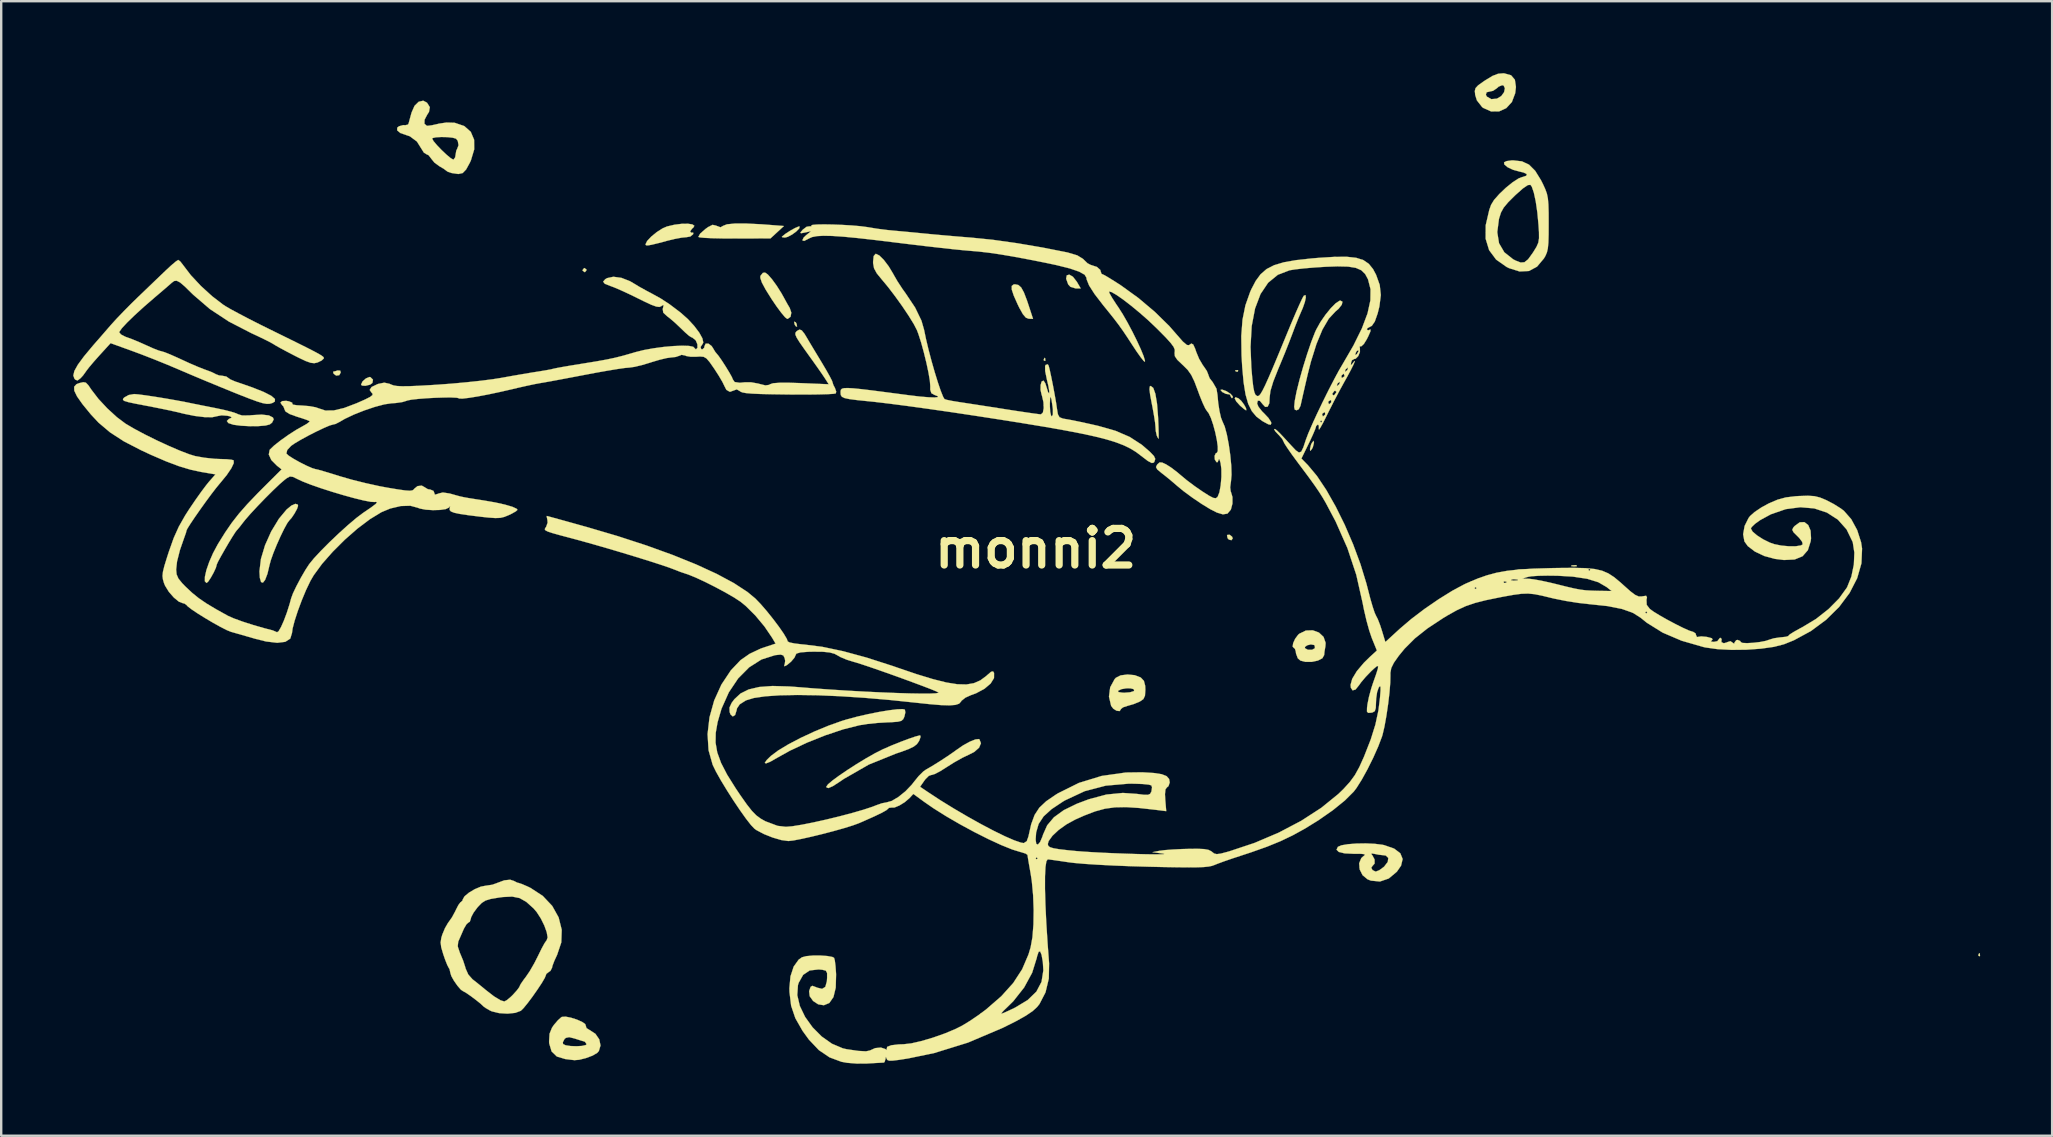
<source format=kicad_pcb>
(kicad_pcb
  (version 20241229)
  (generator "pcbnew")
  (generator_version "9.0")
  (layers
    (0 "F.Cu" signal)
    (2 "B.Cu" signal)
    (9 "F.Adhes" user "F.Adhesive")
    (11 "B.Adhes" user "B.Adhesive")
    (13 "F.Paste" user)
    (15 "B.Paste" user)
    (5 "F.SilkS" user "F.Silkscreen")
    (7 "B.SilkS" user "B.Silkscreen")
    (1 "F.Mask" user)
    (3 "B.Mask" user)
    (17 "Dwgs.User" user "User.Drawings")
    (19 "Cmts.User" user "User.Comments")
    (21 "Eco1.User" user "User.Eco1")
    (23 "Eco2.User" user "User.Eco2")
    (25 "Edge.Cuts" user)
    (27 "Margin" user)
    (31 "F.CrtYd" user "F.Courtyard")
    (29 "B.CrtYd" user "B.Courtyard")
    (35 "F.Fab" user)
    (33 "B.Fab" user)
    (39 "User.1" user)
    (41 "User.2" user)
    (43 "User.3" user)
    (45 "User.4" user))
  (footprint "monni2"
    (layer "F.Cu")
    (at 40.104 19.804)
    (property "Reference" "monni2" (at 0 0 0) (layer "F.SilkS") (effects (font (size 1.524 1.524) (thickness 0.3))))
    (attr through_hole)
    (fp_poly (pts (xy 0.395 -7.93) (xy 0.405 -7.83) (xy 0.395 -7.818) (xy 0.345 -7.829) (xy 0.339 -7.874) (xy 0.37 -7.944) (xy 0.395 -7.93)) (stroke (width 0.01) (type solid)) (fill yes) (layer "F.SilkS"))
    (fp_poly (pts (xy 8.438 -7.422) (xy 8.427 -7.372) (xy 8.382 -7.366) (xy 8.312 -7.397) (xy 8.326 -7.422) (xy 8.426 -7.433) (xy 8.438 -7.422)) (stroke (width 0.01) (type solid)) (fill yes) (layer "F.SilkS"))
    (fp_poly (pts (xy 22.543 0.706) (xy 22.553 0.737) (xy 22.437 0.749) (xy 22.316 0.735) (xy 22.331 0.706) (xy 22.504 0.695) (xy 22.543 0.706)) (stroke (width 0.01) (type solid)) (fill yes) (layer "F.SilkS"))
    (fp_poly (pts (xy 39.342 16.877) (xy 39.352 16.977) (xy 39.342 16.99) (xy 39.291 16.978) (xy 39.285 16.933) (xy 39.316 16.864) (xy 39.342 16.877)) (stroke (width 0.01) (type solid)) (fill yes) (layer "F.SilkS"))
    (fp_poly (pts (xy -9.993 -9.421) (xy -9.961 -9.359) (xy -9.94 -9.24) (xy -9.997 -9.263) (xy -10.036 -9.319) (xy -10.063 -9.43) (xy -10.052 -9.45) (xy -9.993 -9.421)) (stroke (width 0.01) (type solid)) (fill yes) (layer "F.SilkS"))
    (fp_poly (pts (xy -18.714 -11.62) (xy -18.711 -11.599) (xy -18.776 -11.517) (xy -18.796 -11.515) (xy -18.878 -11.579) (xy -18.881 -11.599) (xy -18.816 -11.682) (xy -18.796 -11.684) (xy -18.714 -11.62)) (stroke (width 0.01) (type solid)) (fill yes) (layer "F.SilkS"))
    (fp_poly (pts (xy 8.187 -0.49) (xy 8.213 -0.418) (xy 8.159 -0.344) (xy 8.052 -0.37) (xy 7.998 -0.429) (xy 7.975 -0.543) (xy 7.987 -0.564) (xy 8.086 -0.571) (xy 8.187 -0.49)) (stroke (width 0.01) (type solid)) (fill yes) (layer "F.SilkS"))
    (fp_poly (pts (xy -28.977 -7.41) (xy -28.956 -7.333) (xy -29.017 -7.221) (xy -29.146 -7.203) (xy -29.252 -7.281) (xy -29.275 -7.361) (xy -29.264 -7.366) (xy -29.16 -7.393) (xy -29.09 -7.417) (xy -28.977 -7.41)) (stroke (width 0.01) (type solid)) (fill yes) (layer "F.SilkS"))
    (fp_poly (pts (xy 1.554 -11.323) (xy 1.718 -11.112) (xy 1.878 -10.837) (xy 1.662 -10.837) (xy 1.451 -10.901) (xy 1.358 -11.001) (xy 1.271 -11.24) (xy 1.297 -11.38) (xy 1.402 -11.411) (xy 1.554 -11.323)) (stroke (width 0.01) (type solid)) (fill yes) (layer "F.SilkS"))
    (fp_poly (pts (xy -27.72 -7.14) (xy -27.612 -7.034) (xy -27.635 -6.899) (xy -27.735 -6.825) (xy -27.929 -6.778) (xy -28.073 -6.788) (xy -28.109 -6.83) (xy -28.046 -6.962) (xy -27.905 -7.086) (xy -27.758 -7.145) (xy -27.72 -7.14)) (stroke (width 0.01) (type solid)) (fill yes) (layer "F.SilkS"))
    (fp_poly (pts (xy 11.597 -4.424) (xy 11.597 -4.403) (xy 11.552 -4.221) (xy 11.515 -4.149) (xy 11.449 -4.064) (xy 11.433 -4.127) (xy 11.433 -4.149) (xy 11.477 -4.33) (xy 11.515 -4.403) (xy 11.581 -4.487) (xy 11.597 -4.424)) (stroke (width 0.01) (type solid)) (fill yes) (layer "F.SilkS"))
    (fp_poly (pts (xy -9.851 -13.334) (xy -9.971 -13.211) (xy -10.146 -13.082) (xy -10.328 -12.985) (xy -10.449 -12.954) (xy -10.565 -12.97) (xy -10.574 -12.991) (xy -10.427 -13.11) (xy -10.227 -13.24) (xy -10.026 -13.352) (xy -9.877 -13.415) (xy -9.833 -13.416) (xy -9.851 -13.334)) (stroke (width 0.01) (type solid)) (fill yes) (layer "F.SilkS"))
    (fp_poly (pts (xy 8.458 -6.251) (xy 8.461 -6.249) (xy 8.573 -6.145) (xy 8.686 -5.993) (xy 8.766 -5.848) (xy 8.78 -5.763) (xy 8.766 -5.757) (xy 8.686 -5.809) (xy 8.537 -5.935) (xy 8.513 -5.958) (xy 8.36 -6.127) (xy 8.296 -6.252) (xy 8.327 -6.303) (xy 8.458 -6.251)) (stroke (width 0.01) (type solid)) (fill yes) (layer "F.SilkS"))
    (fp_poly (pts (xy 7.929 -6.563) (xy 7.959 -6.549) (xy 8.124 -6.441) (xy 8.216 -6.336) (xy 8.205 -6.271) (xy 8.17 -6.265) (xy 8.129 -6.331) (xy 8.128 -6.35) (xy 8.081 -6.422) (xy 8.065 -6.421) (xy 7.928 -6.442) (xy 7.779 -6.517) (xy 7.705 -6.603) (xy 7.705 -6.607) (xy 7.77 -6.62) (xy 7.929 -6.563)) (stroke (width 0.01) (type solid)) (fill yes) (layer "F.SilkS"))
    (fp_poly (pts (xy -0.718 -10.978) (xy -0.601 -10.874) (xy -0.488 -10.668) (xy -0.36 -10.334) (xy -0.305 -10.169) (xy -0.108 -9.567) (xy -0.287 -9.572) (xy -0.405 -9.616) (xy -0.529 -9.76) (xy -0.68 -10.029) (xy -0.741 -10.154) (xy -0.911 -10.534) (xy -0.995 -10.788) (xy -0.996 -10.938) (xy -0.916 -11.001) (xy -0.857 -11.007) (xy -0.718 -10.978)) (stroke (width 0.01) (type solid)) (fill yes) (layer "F.SilkS"))
    (fp_poly (pts (xy -11.437 -13.509) (xy -11.192 -13.491) (xy -10.489 -13.436) (xy -11.049 -12.92) (xy -12.552 -12.916) (xy -13.035 -12.918) (xy -13.454 -12.927) (xy -13.781 -12.942) (xy -13.99 -12.961) (xy -14.055 -12.981) (xy -13.978 -13.12) (xy -13.754 -13.316) (xy -13.642 -13.396) (xy -13.462 -13.485) (xy -13.311 -13.453) (xy -13.284 -13.437) (xy -13.129 -13.383) (xy -13.024 -13.443) (xy -12.862 -13.507) (xy -12.54 -13.539) (xy -12.063 -13.54) (xy -11.437 -13.509)) (stroke (width 0.01) (type solid)) (fill yes) (layer "F.SilkS"))
    (fp_poly (pts (xy -11.156 -11.413) (xy -10.984 -11.216) (xy -10.786 -10.943) (xy -10.589 -10.631) (xy -10.469 -10.414) (xy -10.341 -10.181) (xy -10.247 -10.023) (xy -10.18 -9.826) (xy -10.212 -9.654) (xy -10.328 -9.569) (xy -10.352 -9.567) (xy -10.44 -9.634) (xy -10.595 -9.817) (xy -10.794 -10.085) (xy -10.993 -10.378) (xy -11.249 -10.786) (xy -11.406 -11.078) (xy -11.472 -11.272) (xy -11.469 -11.356) (xy -11.367 -11.484) (xy -11.275 -11.497) (xy -11.156 -11.413)) (stroke (width 0.01) (type solid)) (fill yes) (layer "F.SilkS"))
    (fp_poly (pts (xy 4.902 -6.69) (xy 4.99 -6.443) (xy 5.058 -6.037) (xy 5.102 -5.477) (xy 5.106 -5.397) (xy 5.12 -5.047) (xy 5.127 -4.771) (xy 5.126 -4.604) (xy 5.122 -4.572) (xy 5.076 -4.638) (xy 5.047 -4.706) (xy 5.006 -4.893) (xy 4.994 -5.066) (xy 4.977 -5.251) (xy 4.931 -5.547) (xy 4.867 -5.902) (xy 4.841 -6.032) (xy 4.771 -6.405) (xy 4.744 -6.637) (xy 4.758 -6.751) (xy 4.794 -6.773) (xy 4.902 -6.69)) (stroke (width 0.01) (type solid)) (fill yes) (layer "F.SilkS"))
    (fp_poly (pts (xy -30.747 -1.83) (xy -30.734 -1.775) (xy -30.778 -1.646) (xy -30.883 -1.455) (xy -31.004 -1.274) (xy -31.087 -1.183) (xy -31.179 -1.062) (xy -31.311 -0.823) (xy -31.465 -0.508) (xy -31.621 -0.157) (xy -31.762 0.188) (xy -31.868 0.486) (xy -31.918 0.67) (xy -32.009 1.053) (xy -32.106 1.307) (xy -32.198 1.425) (xy -32.276 1.4) (xy -32.327 1.225) (xy -32.343 0.951) (xy -32.281 0.436) (xy -32.11 -0.135) (xy -31.853 -0.709) (xy -31.533 -1.236) (xy -31.214 -1.62) (xy -31.014 -1.786) (xy -30.846 -1.86) (xy -30.747 -1.83)) (stroke (width 0.01) (type solid)) (fill yes) (layer "F.SilkS"))
    (fp_poly (pts (xy -14.302 -13.503) (xy -14.22 -13.446) (xy -14.27 -13.361) (xy -14.309 -13.335) (xy -14.39 -13.223) (xy -14.393 -13.198) (xy -14.341 -13.152) (xy -14.31 -13.165) (xy -14.261 -13.152) (xy -14.274 -13.091) (xy -14.387 -12.999) (xy -14.548 -12.971) (xy -14.747 -12.952) (xy -15.041 -12.897) (xy -15.325 -12.829) (xy -15.729 -12.721) (xy -15.997 -12.656) (xy -16.156 -12.628) (xy -16.233 -12.633) (xy -16.256 -12.666) (xy -16.256 -12.673) (xy -16.189 -12.812) (xy -16.018 -12.994) (xy -15.788 -13.182) (xy -15.544 -13.338) (xy -15.361 -13.417) (xy -15.044 -13.491) (xy -14.743 -13.528) (xy -14.485 -13.531) (xy -14.302 -13.503)) (stroke (width 0.01) (type solid)) (fill yes) (layer "F.SilkS"))
    (fp_poly (pts (xy -4.794 7.853) (xy -4.851 8.01) (xy -4.862 8.031) (xy -4.946 8.153) (xy -5.08 8.257) (xy -5.297 8.361) (xy -5.629 8.483) (xy -5.817 8.546) (xy -6.95 9.004) (xy -7.995 9.604) (xy -8.148 9.71) (xy -8.449 9.904) (xy -8.635 9.985) (xy -8.716 9.955) (xy -8.721 9.922) (xy -8.652 9.828) (xy -8.463 9.668) (xy -8.183 9.462) (xy -7.839 9.228) (xy -7.46 8.984) (xy -7.073 8.749) (xy -6.706 8.54) (xy -6.387 8.378) (xy -6.35 8.361) (xy -6.002 8.209) (xy -5.636 8.062) (xy -5.291 7.933) (xy -5.011 7.837) (xy -4.834 7.791) (xy -4.811 7.789) (xy -4.794 7.853)) (stroke (width 0.01) (type solid)) (fill yes) (layer "F.SilkS"))
    (fp_poly (pts (xy 12.786 -10.281) (xy 12.757 -10.157) (xy 12.628 -9.991) (xy 12.49 -9.871) (xy 12.216 -9.576) (xy 11.951 -9.122) (xy 11.701 -8.518) (xy 11.468 -7.774) (xy 11.343 -7.281) (xy 11.242 -6.848) (xy 11.153 -6.461) (xy 11.084 -6.156) (xy 11.043 -5.971) (xy 11.039 -5.948) (xy 10.962 -5.799) (xy 10.873 -5.757) (xy 10.797 -5.786) (xy 10.774 -5.9) (xy 10.797 -6.136) (xy 10.8 -6.16) (xy 10.873 -6.536) (xy 10.993 -7.019) (xy 11.144 -7.556) (xy 11.313 -8.099) (xy 11.482 -8.597) (xy 11.638 -8.999) (xy 11.694 -9.122) (xy 11.864 -9.428) (xy 12.075 -9.735) (xy 12.298 -10.01) (xy 12.504 -10.217) (xy 12.665 -10.323) (xy 12.7 -10.329) (xy 12.786 -10.281)) (stroke (width 0.01) (type solid)) (fill yes) (layer "F.SilkS"))
    (fp_poly (pts (xy -5.448 6.716) (xy -5.429 6.832) (xy -5.466 7.001) (xy -5.517 7.114) (xy -5.595 7.183) (xy -5.742 7.22) (xy -5.995 7.239) (xy -6.199 7.247) (xy -6.603 7.271) (xy -7.02 7.315) (xy -7.342 7.366) (xy -8.016 7.536) (xy -8.764 7.786) (xy -9.524 8.09) (xy -10.236 8.425) (xy -10.765 8.72) (xy -11.06 8.888) (xy -11.236 8.958) (xy -11.286 8.933) (xy -11.204 8.814) (xy -11.032 8.646) (xy -10.728 8.418) (xy -10.3 8.16) (xy -9.783 7.89) (xy -9.216 7.626) (xy -8.636 7.386) (xy -8.079 7.188) (xy -7.874 7.125) (xy -7.433 7.007) (xy -6.97 6.901) (xy -6.518 6.811) (xy -6.106 6.743) (xy -5.769 6.702) (xy -5.537 6.694) (xy -5.448 6.716)) (stroke (width 0.01) (type solid)) (fill yes) (layer "F.SilkS"))
    (fp_poly (pts (xy 11.806 3.505) (xy 11.998 3.685) (xy 12.084 3.933) (xy 12.074 4.08) (xy 12.037 4.297) (xy 12.023 4.442) (xy 11.948 4.576) (xy 11.76 4.672) (xy 11.51 4.725) (xy 11.251 4.727) (xy 11.035 4.673) (xy 10.925 4.578) (xy 10.852 4.383) (xy 10.837 4.281) (xy 10.799 4.165) (xy 10.777 4.155) (xy 11.222 4.155) (xy 11.346 4.223) (xy 11.52 4.222) (xy 11.638 4.155) (xy 11.627 4.046) (xy 11.6 4.022) (xy 11.468 3.998) (xy 11.319 4.034) (xy 11.223 4.103) (xy 11.222 4.155) (xy 10.777 4.155) (xy 10.764 4.149) (xy 10.709 4.088) (xy 10.732 3.942) (xy 10.816 3.76) (xy 10.939 3.596) (xy 10.986 3.554) (xy 11.261 3.42) (xy 11.548 3.41) (xy 11.806 3.505)) (stroke (width 0.01) (type solid)) (fill yes) (layer "F.SilkS"))
    (fp_poly (pts (xy 19.532 -19.796) (xy 19.811 -19.718) (xy 19.97 -19.532) (xy 20.014 -19.23) (xy 19.983 -18.968) (xy 19.846 -18.605) (xy 19.611 -18.348) (xy 19.312 -18.212) (xy 18.981 -18.21) (xy 18.652 -18.357) (xy 18.603 -18.394) (xy 18.387 -18.671) (xy 18.318 -18.891) (xy 18.317 -18.903) (xy 18.761 -18.903) (xy 18.807 -18.825) (xy 18.99 -18.723) (xy 19.221 -18.743) (xy 19.403 -18.851) (xy 19.52 -19.013) (xy 19.554 -19.177) (xy 19.502 -19.287) (xy 19.441 -19.304) (xy 19.293 -19.244) (xy 19.219 -19.177) (xy 19.06 -19.069) (xy 18.969 -19.05) (xy 18.793 -19.01) (xy 18.761 -18.903) (xy 18.317 -18.903) (xy 18.3 -19.06) (xy 18.331 -19.182) (xy 18.438 -19.298) (xy 18.652 -19.451) (xy 18.74 -19.51) (xy 19.04 -19.692) (xy 19.272 -19.781) (xy 19.492 -19.799) (xy 19.532 -19.796)) (stroke (width 0.01) (type solid)) (fill yes) (layer "F.SilkS"))
    (fp_poly (pts (xy 4.129 5.28) (xy 4.374 5.374) (xy 4.384 5.381) (xy 4.512 5.517) (xy 4.566 5.724) (xy 4.572 5.887) (xy 4.557 6.134) (xy 4.49 6.277) (xy 4.343 6.378) (xy 4.339 6.38) (xy 4.079 6.487) (xy 3.831 6.558) (xy 3.645 6.619) (xy 3.557 6.689) (xy 3.556 6.695) (xy 3.502 6.776) (xy 3.376 6.763) (xy 3.236 6.677) (xy 3.146 6.558) (xy 3.056 6.174) (xy 3.087 5.934) (xy 3.433 5.934) (xy 3.451 5.984) (xy 3.616 6.009) (xy 3.703 6.011) (xy 3.934 5.993) (xy 4.086 5.946) (xy 4.106 5.927) (xy 4.084 5.861) (xy 3.951 5.829) (xy 3.762 5.83) (xy 3.572 5.864) (xy 3.436 5.931) (xy 3.433 5.934) (xy 3.087 5.934) (xy 3.107 5.785) (xy 3.291 5.446) (xy 3.343 5.389) (xy 3.543 5.288) (xy 3.828 5.252) (xy 4.129 5.28)) (stroke (width 0.01) (type solid)) (fill yes) (layer "F.SilkS"))
    (fp_poly (pts (xy -19.36 19.553) (xy -19.116 19.631) (xy -18.901 19.726) (xy -18.768 19.819) (xy -18.749 19.873) (xy -18.714 19.987) (xy -18.591 20.063) (xy -18.343 20.224) (xy -18.184 20.454) (xy -18.131 20.709) (xy -18.199 20.94) (xy -18.267 21.018) (xy -18.459 21.131) (xy -18.738 21.236) (xy -19.024 21.307) (xy -19.219 21.322) (xy -19.394 21.302) (xy -19.6 21.276) (xy -19.95 21.171) (xy -20.17 20.958) (xy -20.268 20.628) (xy -20.271 20.577) (xy -19.702 20.577) (xy -19.69 20.651) (xy -19.584 20.702) (xy -19.38 20.733) (xy -19.135 20.742) (xy -18.906 20.729) (xy -18.748 20.693) (xy -18.711 20.656) (xy -18.779 20.557) (xy -18.817 20.542) (xy -18.965 20.498) (xy -19.186 20.428) (xy -19.217 20.418) (xy -19.436 20.364) (xy -19.572 20.393) (xy -19.629 20.439) (xy -19.702 20.577) (xy -20.271 20.577) (xy -20.274 20.536) (xy -20.254 20.219) (xy -20.152 19.968) (xy -20.071 19.851) (xy -19.908 19.661) (xy -19.768 19.535) (xy -19.739 19.519) (xy -19.585 19.509) (xy -19.36 19.553)) (stroke (width 0.01) (type solid)) (fill yes) (layer "F.SilkS"))
    (fp_poly (pts (xy 14.131 12.307) (xy 14.453 12.347) (xy 14.527 12.363) (xy 14.94 12.507) (xy 15.196 12.701) (xy 15.293 12.94) (xy 15.227 13.218) (xy 15.052 13.47) (xy 14.715 13.752) (xy 14.348 13.878) (xy 13.97 13.841) (xy 13.831 13.786) (xy 13.623 13.614) (xy 13.503 13.374) (xy 13.496 13.301) (xy 13.985 13.301) (xy 14.036 13.4) (xy 14.155 13.46) (xy 14.182 13.462) (xy 14.319 13.408) (xy 14.5 13.276) (xy 14.526 13.253) (xy 14.673 13.06) (xy 14.695 12.896) (xy 14.593 12.797) (xy 14.502 12.784) (xy 14.301 12.762) (xy 14.139 12.73) (xy 13.999 12.706) (xy 13.998 12.749) (xy 14.034 12.79) (xy 14.124 12.96) (xy 14.125 13.13) (xy 14.04 13.227) (xy 13.985 13.301) (xy 13.496 13.301) (xy 13.481 13.119) (xy 13.569 12.904) (xy 13.637 12.841) (xy 13.715 12.776) (xy 13.7 12.74) (xy 13.569 12.725) (xy 13.295 12.723) (xy 13.253 12.723) (xy 12.874 12.705) (xy 12.633 12.647) (xy 12.538 12.553) (xy 12.595 12.432) (xy 12.744 12.369) (xy 13.016 12.323) (xy 13.368 12.296) (xy 13.755 12.29) (xy 14.131 12.307)) (stroke (width 0.01) (type solid)) (fill yes) (layer "F.SilkS"))
    (fp_poly (pts (xy -37.384 -6.419) (xy -37.077 -6.379) (xy -36.685 -6.32) (xy -36.249 -6.249) (xy -35.809 -6.172) (xy -35.406 -6.096) (xy -35.221 -6.058) (xy -35.048 -6.022) (xy -34.757 -5.964) (xy -34.397 -5.893) (xy -34.182 -5.851) (xy -33.817 -5.773) (xy -33.509 -5.694) (xy -33.3 -5.626) (xy -33.239 -5.595) (xy -33.065 -5.541) (xy -32.754 -5.545) (xy -32.656 -5.555) (xy -32.248 -5.578) (xy -31.95 -5.544) (xy -31.781 -5.457) (xy -31.75 -5.378) (xy -31.817 -5.243) (xy -31.914 -5.168) (xy -32.093 -5.122) (xy -32.388 -5.098) (xy -32.744 -5.095) (xy -33.108 -5.114) (xy -33.425 -5.155) (xy -33.636 -5.224) (xy -33.702 -5.312) (xy -33.613 -5.401) (xy -33.559 -5.423) (xy -33.495 -5.465) (xy -33.579 -5.507) (xy -33.687 -5.531) (xy -33.922 -5.548) (xy -34.104 -5.513) (xy -34.106 -5.512) (xy -34.309 -5.469) (xy -34.633 -5.473) (xy -35.038 -5.522) (xy -35.484 -5.612) (xy -35.586 -5.637) (xy -35.875 -5.706) (xy -36.274 -5.792) (xy -36.726 -5.883) (xy -37.104 -5.956) (xy -37.528 -6.037) (xy -37.808 -6.097) (xy -37.968 -6.145) (xy -38.031 -6.191) (xy -38.02 -6.243) (xy -37.978 -6.29) (xy -37.792 -6.394) (xy -37.565 -6.434) (xy -37.384 -6.419)) (stroke (width 0.01) (type solid)) (fill yes) (layer "F.SilkS"))
    (fp_poly (pts (xy -25.361 -18.575) (xy -25.243 -18.389) (xy -25.278 -18.191) (xy -25.355 -18.071) (xy -25.463 -17.864) (xy -25.467 -17.697) (xy -25.369 -17.614) (xy -25.337 -17.611) (xy -25.16 -17.634) (xy -24.915 -17.688) (xy -24.863 -17.702) (xy -24.55 -17.748) (xy -24.227 -17.739) (xy -24.202 -17.736) (xy -23.807 -17.601) (xy -23.537 -17.361) (xy -23.398 -17.032) (xy -23.394 -16.629) (xy -23.533 -16.167) (xy -23.579 -16.069) (xy -23.732 -15.79) (xy -23.875 -15.643) (xy -24.056 -15.603) (xy -24.324 -15.642) (xy -24.342 -15.646) (xy -24.5 -15.7) (xy -24.553 -15.737) (xy -24.65 -15.811) (xy -24.83 -15.919) (xy -24.85 -15.93) (xy -25.052 -16.079) (xy -25.186 -16.244) (xy -25.187 -16.247) (xy -25.295 -16.387) (xy -25.38 -16.425) (xy -25.493 -16.495) (xy -25.568 -16.616) (xy -25.782 -16.957) (xy -25.947 -17.079) (xy -25.146 -17.079) (xy -25.09 -16.975) (xy -24.946 -16.804) (xy -24.754 -16.604) (xy -24.551 -16.412) (xy -24.375 -16.265) (xy -24.266 -16.203) (xy -24.257 -16.204) (xy -24.188 -16.297) (xy -24.17 -16.407) (xy -24.141 -16.58) (xy -24.106 -16.647) (xy -24.047 -16.804) (xy -24.08 -16.987) (xy -24.151 -17.075) (xy -24.291 -17.116) (xy -24.514 -17.14) (xy -24.765 -17.145) (xy -24.987 -17.133) (xy -25.126 -17.102) (xy -25.146 -17.079) (xy -25.947 -17.079) (xy -26.075 -17.175) (xy -26.225 -17.225) (xy -26.472 -17.311) (xy -26.604 -17.422) (xy -26.601 -17.535) (xy -26.527 -17.593) (xy -26.351 -17.642) (xy -26.268 -17.635) (xy -26.154 -17.664) (xy -26.129 -17.709) (xy -26.088 -17.859) (xy -26.024 -18.093) (xy -26.003 -18.168) (xy -25.881 -18.444) (xy -25.708 -18.614) (xy -25.518 -18.658) (xy -25.361 -18.575)) (stroke (width 0.01) (type solid)) (fill yes) (layer "F.SilkS"))
    (fp_poly (pts (xy 20.266 -16.13) (xy 20.56 -15.993) (xy 20.816 -15.737) (xy 21.06 -15.342) (xy 21.141 -15.181) (xy 21.237 -14.971) (xy 21.304 -14.786) (xy 21.345 -14.585) (xy 21.367 -14.331) (xy 21.377 -13.982) (xy 21.378 -13.547) (xy 21.376 -13.077) (xy 21.366 -12.742) (xy 21.344 -12.507) (xy 21.305 -12.336) (xy 21.244 -12.194) (xy 21.18 -12.084) (xy 20.893 -11.743) (xy 20.556 -11.562) (xy 20.166 -11.542) (xy 19.722 -11.682) (xy 19.627 -11.729) (xy 19.188 -12.038) (xy 18.896 -12.431) (xy 18.751 -12.907) (xy 18.753 -13.178) (xy 19.236 -13.178) (xy 19.31 -12.718) (xy 19.529 -12.343) (xy 19.894 -12.052) (xy 20.006 -11.994) (xy 20.211 -11.915) (xy 20.369 -11.927) (xy 20.52 -12.048) (xy 20.701 -12.297) (xy 20.743 -12.361) (xy 20.871 -12.57) (xy 20.946 -12.74) (xy 20.976 -12.926) (xy 20.974 -13.181) (xy 20.955 -13.476) (xy 20.906 -14.001) (xy 20.839 -14.461) (xy 20.76 -14.827) (xy 20.676 -15.072) (xy 20.62 -15.152) (xy 20.511 -15.142) (xy 20.308 -15.005) (xy 20.005 -14.737) (xy 19.969 -14.703) (xy 19.687 -14.422) (xy 19.504 -14.203) (xy 19.391 -13.998) (xy 19.316 -13.763) (xy 19.306 -13.726) (xy 19.236 -13.178) (xy 18.753 -13.178) (xy 18.754 -13.467) (xy 18.903 -14.108) (xy 18.979 -14.321) (xy 19.102 -14.522) (xy 19.321 -14.77) (xy 19.591 -15.027) (xy 19.872 -15.255) (xy 20.119 -15.416) (xy 20.249 -15.467) (xy 20.442 -15.529) (xy 20.469 -15.598) (xy 20.333 -15.665) (xy 20.172 -15.703) (xy 19.893 -15.779) (xy 19.666 -15.886) (xy 19.53 -16.001) (xy 19.518 -16.09) (xy 19.627 -16.142) (xy 19.837 -16.17) (xy 19.907 -16.171) (xy 20.266 -16.13)) (stroke (width 0.01) (type solid)) (fill yes) (layer "F.SilkS"))
    (fp_poly (pts (xy -21.732 13.857) (xy -21.729 13.86) (xy -21.598 13.926) (xy -21.55 13.936) (xy -21.407 13.983) (xy -21.18 14.081) (xy -21.051 14.143) (xy -20.538 14.477) (xy -20.143 14.895) (xy -19.876 15.374) (xy -19.747 15.889) (xy -19.765 16.416) (xy -19.939 16.933) (xy -20.057 17.188) (xy -20.134 17.392) (xy -20.151 17.472) (xy -20.219 17.605) (xy -20.278 17.641) (xy -20.39 17.729) (xy -20.405 17.775) (xy -20.453 17.894) (xy -20.579 18.109) (xy -20.758 18.379) (xy -20.961 18.669) (xy -21.162 18.938) (xy -21.335 19.15) (xy -21.451 19.265) (xy -21.682 19.351) (xy -22.005 19.384) (xy -22.352 19.363) (xy -22.657 19.289) (xy -22.731 19.256) (xy -22.916 19.15) (xy -23.024 19.07) (xy -23.027 19.066) (xy -23.13 18.967) (xy -23.312 18.821) (xy -23.523 18.662) (xy -23.714 18.529) (xy -23.836 18.458) (xy -23.85 18.454) (xy -23.951 18.385) (xy -24.093 18.22) (xy -24.238 18.013) (xy -24.347 17.818) (xy -24.384 17.699) (xy -24.423 17.528) (xy -24.454 17.479) (xy -24.516 17.36) (xy -24.606 17.133) (xy -24.681 16.918) (xy -24.767 16.626) (xy -24.773 16.582) (xy -24.081 16.582) (xy -23.987 16.862) (xy -23.973 16.891) (xy -23.855 17.175) (xy -23.765 17.451) (xy -23.752 17.504) (xy -23.641 17.753) (xy -23.467 17.95) (xy -23.261 18.112) (xy -23.01 18.316) (xy -22.914 18.396) (xy -22.569 18.663) (xy -22.299 18.827) (xy -22.14 18.877) (xy -22.035 18.822) (xy -21.867 18.681) (xy -21.78 18.596) (xy -21.617 18.415) (xy -21.518 18.282) (xy -21.505 18.249) (xy -21.457 18.151) (xy -21.334 17.972) (xy -21.251 17.864) (xy -21.083 17.619) (xy -20.893 17.29) (xy -20.727 16.963) (xy -20.587 16.676) (xy -20.464 16.451) (xy -20.382 16.333) (xy -20.375 16.327) (xy -20.335 16.207) (xy -20.373 15.988) (xy -20.473 15.711) (xy -20.617 15.419) (xy -20.79 15.151) (xy -20.919 15) (xy -21.224 14.726) (xy -21.503 14.568) (xy -21.811 14.506) (xy -22.204 14.525) (xy -22.373 14.548) (xy -22.704 14.604) (xy -22.922 14.67) (xy -23.082 14.772) (xy -23.239 14.935) (xy -23.261 14.96) (xy -23.422 15.177) (xy -23.521 15.365) (xy -23.536 15.431) (xy -23.578 15.556) (xy -23.623 15.579) (xy -23.708 15.649) (xy -23.814 15.825) (xy -23.847 15.896) (xy -23.955 16.145) (xy -24.047 16.354) (xy -24.06 16.383) (xy -24.081 16.582) (xy -24.773 16.582) (xy -24.794 16.418) (xy -24.764 16.222) (xy -24.723 16.088) (xy -24.613 15.823) (xy -24.485 15.601) (xy -24.455 15.562) (xy -24.319 15.368) (xy -24.181 15.112) (xy -24.157 15.059) (xy -24.053 14.857) (xy -23.966 14.742) (xy -23.944 14.732) (xy -23.879 14.665) (xy -23.873 14.626) (xy -23.797 14.495) (xy -23.612 14.341) (xy -23.368 14.196) (xy -23.115 14.091) (xy -22.922 14.054) (xy -22.64 14.012) (xy -22.406 13.927) (xy -22.141 13.829) (xy -21.895 13.803) (xy -21.732 13.857)) (stroke (width 0.01) (type solid)) (fill yes) (layer "F.SilkS"))
    (fp_poly (pts (xy -35.641 -11.959) (xy -35.522 -11.806) (xy -35.522 -11.805) (xy -35.201 -11.386) (xy -34.783 -10.939) (xy -34.319 -10.515) (xy -33.862 -10.164) (xy -33.762 -10.098) (xy -33.543 -9.971) (xy -33.206 -9.789) (xy -32.786 -9.569) (xy -32.318 -9.331) (xy -31.926 -9.137) (xy -31.275 -8.817) (xy -30.76 -8.563) (xy -30.366 -8.367) (xy -30.077 -8.219) (xy -29.878 -8.112) (xy -29.752 -8.036) (xy -29.685 -7.984) (xy -29.66 -7.947) (xy -29.662 -7.916) (xy -29.662 -7.916) (xy -29.754 -7.83) (xy -29.924 -7.749) (xy -30.056 -7.72) (xy -30.207 -7.736) (xy -30.413 -7.809) (xy -30.712 -7.95) (xy -30.891 -8.041) (xy -31.221 -8.213) (xy -31.503 -8.365) (xy -31.696 -8.475) (xy -31.75 -8.51) (xy -31.878 -8.583) (xy -32.12 -8.706) (xy -32.439 -8.86) (xy -32.681 -8.972) (xy -33.616 -9.454) (xy -34.413 -9.98) (xy -35.1 -10.57) (xy -35.172 -10.64) (xy -35.455 -10.918) (xy -35.652 -11.085) (xy -35.79 -11.156) (xy -35.897 -11.145) (xy -35.999 -11.07) (xy -36.112 -10.97) (xy -36.318 -10.792) (xy -36.58 -10.568) (xy -36.704 -10.463) (xy -37.162 -10.066) (xy -37.553 -9.709) (xy -37.864 -9.407) (xy -38.077 -9.176) (xy -38.179 -9.03) (xy -38.185 -9.005) (xy -38.112 -8.917) (xy -37.931 -8.823) (xy -37.867 -8.8) (xy -37.618 -8.708) (xy -37.296 -8.573) (xy -37.033 -8.455) (xy -36.756 -8.331) (xy -36.532 -8.244) (xy -36.415 -8.213) (xy -36.296 -8.178) (xy -36.066 -8.086) (xy -35.766 -7.953) (xy -35.618 -7.885) (xy -35.26 -7.72) (xy -34.916 -7.572) (xy -34.646 -7.465) (xy -34.586 -7.444) (xy -34.355 -7.358) (xy -34.193 -7.281) (xy -34.167 -7.264) (xy -34.024 -7.21) (xy -33.897 -7.197) (xy -33.726 -7.165) (xy -33.659 -7.118) (xy -33.553 -7.043) (xy -33.351 -6.956) (xy -33.294 -6.937) (xy -32.65 -6.715) (xy -32.17 -6.524) (xy -31.853 -6.362) (xy -31.697 -6.229) (xy -31.701 -6.122) (xy -31.799 -6.063) (xy -31.911 -6.03) (xy -32.037 -6.025) (xy -32.203 -6.054) (xy -32.435 -6.124) (xy -32.76 -6.243) (xy -33.204 -6.417) (xy -33.443 -6.513) (xy -33.979 -6.732) (xy -34.566 -6.974) (xy -35.137 -7.214) (xy -35.627 -7.423) (xy -35.687 -7.449) (xy -36.185 -7.659) (xy -36.74 -7.884) (xy -37.275 -8.092) (xy -37.625 -8.222) (xy -38.546 -8.555) (xy -39.022 -8.033) (xy -39.252 -7.774) (xy -39.442 -7.549) (xy -39.558 -7.398) (xy -39.573 -7.375) (xy -39.695 -7.206) (xy -39.798 -7.094) (xy -39.922 -6.999) (xy -40.012 -7.031) (xy -40.053 -7.076) (xy -40.099 -7.208) (xy -40.054 -7.398) (xy -39.91 -7.657) (xy -39.658 -8) (xy -39.292 -8.44) (xy -39.158 -8.594) (xy -38.984 -8.792) (xy -38.754 -9.058) (xy -38.538 -9.307) (xy -38.307 -9.562) (xy -37.998 -9.885) (xy -37.658 -10.228) (xy -37.43 -10.45) (xy -37.087 -10.779) (xy -36.734 -11.118) (xy -36.419 -11.42) (xy -36.254 -11.578) (xy -36.025 -11.791) (xy -35.84 -11.948) (xy -35.735 -12.021) (xy -35.728 -12.023) (xy -35.641 -11.959)) (stroke (width 0.01) (type solid)) (fill yes) (layer "F.SilkS"))
    (fp_poly (pts (xy -6.511 -12.207) (xy -6.323 -12.02) (xy -6.119 -11.751) (xy -5.93 -11.436) (xy -5.912 -11.4) (xy -5.759 -11.135) (xy -5.555 -10.823) (xy -5.416 -10.629) (xy -5.021 -10.037) (xy -4.757 -9.491) (xy -4.648 -9.11) (xy -4.568 -8.724) (xy -4.462 -8.28) (xy -4.338 -7.81) (xy -4.206 -7.348) (xy -4.075 -6.925) (xy -3.956 -6.574) (xy -3.858 -6.328) (xy -3.799 -6.226) (xy -3.7 -6.193) (xy -3.481 -6.148) (xy -3.212 -6.104) (xy -2.937 -6.062) (xy -2.538 -6.001) (xy -2.06 -5.927) (xy -1.547 -5.847) (xy -1.282 -5.805) (xy -0.811 -5.732) (xy -0.394 -5.67) (xy -0.062 -5.622) (xy 0.155 -5.594) (xy 0.221 -5.588) (xy 0.302 -5.661) (xy 0.337 -5.849) (xy 0.333 -5.941) (xy 0.593 -5.941) (xy 0.607 -5.695) (xy 0.644 -5.536) (xy 0.676 -5.503) (xy 0.718 -5.58) (xy 0.719 -5.789) (xy 0.706 -5.905) (xy 0.662 -6.197) (xy 0.628 -6.321) (xy 0.605 -6.276) (xy 0.594 -6.063) (xy 0.593 -5.941) (xy 0.333 -5.941) (xy 0.325 -6.099) (xy 0.264 -6.364) (xy 0.249 -6.405) (xy 0.205 -6.606) (xy 0.208 -6.807) (xy 0.249 -6.954) (xy 0.322 -6.994) (xy 0.335 -6.987) (xy 0.405 -6.879) (xy 0.467 -6.683) (xy 0.467 -6.682) (xy 0.517 -6.516) (xy 0.562 -6.461) (xy 0.565 -6.464) (xy 0.567 -6.56) (xy 0.531 -6.773) (xy 0.47 -7.035) (xy 0.397 -7.392) (xy 0.395 -7.603) (xy 0.418 -7.649) (xy 0.508 -7.673) (xy 0.543 -7.613) (xy 0.588 -7.438) (xy 0.651 -7.146) (xy 0.723 -6.788) (xy 0.793 -6.412) (xy 0.853 -6.069) (xy 0.888 -5.831) (xy 0.927 -5.592) (xy 0.994 -5.469) (xy 1.136 -5.412) (xy 1.295 -5.385) (xy 1.523 -5.344) (xy 1.866 -5.273) (xy 2.273 -5.184) (xy 2.612 -5.107) (xy 3.327 -4.903) (xy 3.918 -4.648) (xy 4.425 -4.32) (xy 4.763 -4.027) (xy 4.929 -3.853) (xy 4.985 -3.733) (xy 4.95 -3.617) (xy 4.927 -3.58) (xy 4.843 -3.559) (xy 4.674 -3.647) (xy 4.406 -3.852) (xy 4.399 -3.857) (xy 4.186 -4.018) (xy 3.948 -4.164) (xy 3.673 -4.298) (xy 3.344 -4.424) (xy 2.947 -4.546) (xy 2.467 -4.667) (xy 1.89 -4.792) (xy 1.201 -4.924) (xy 0.385 -5.068) (xy -0.573 -5.226) (xy -1.447 -5.365) (xy -2.522 -5.531) (xy -3.548 -5.685) (xy -4.504 -5.822) (xy -5.368 -5.941) (xy -6.119 -6.038) (xy -6.735 -6.111) (xy -6.985 -6.136) (xy -7.444 -6.183) (xy -7.761 -6.224) (xy -7.961 -6.267) (xy -8.072 -6.321) (xy -8.119 -6.392) (xy -8.128 -6.484) (xy -8.127 -6.559) (xy -8.113 -6.616) (xy -8.069 -6.657) (xy -7.979 -6.68) (xy -7.825 -6.685) (xy -7.592 -6.672) (xy -7.263 -6.639) (xy -6.821 -6.586) (xy -6.25 -6.512) (xy -5.532 -6.418) (xy -5.276 -6.384) (xy -4.823 -6.33) (xy -4.461 -6.3) (xy -4.205 -6.292) (xy -4.072 -6.307) (xy -4.076 -6.344) (xy -4.213 -6.397) (xy -4.344 -6.469) (xy -4.391 -6.614) (xy -4.39 -6.762) (xy -4.407 -6.985) (xy -4.464 -7.324) (xy -4.551 -7.735) (xy -4.658 -8.171) (xy -4.773 -8.589) (xy -4.887 -8.942) (xy -4.945 -9.095) (xy -5.075 -9.347) (xy -5.287 -9.691) (xy -5.552 -10.087) (xy -5.846 -10.497) (xy -6.139 -10.882) (xy -6.406 -11.204) (xy -6.409 -11.206) (xy -6.621 -11.467) (xy -6.733 -11.674) (xy -6.772 -11.883) (xy -6.773 -11.947) (xy -6.748 -12.185) (xy -6.67 -12.275) (xy -6.654 -12.277) (xy -6.511 -12.207)) (stroke (width 0.01) (type solid)) (fill yes) (layer "F.SilkS"))
    (fp_poly (pts (xy -8.449 -13.498) (xy -8.056 -13.483) (xy -7.663 -13.46) (xy -7.304 -13.429) (xy -7.013 -13.391) (xy -6.948 -13.38) (xy -6.6 -13.323) (xy -6.192 -13.271) (xy -5.932 -13.245) (xy -5.575 -13.213) (xy -5.135 -13.172) (xy -4.695 -13.129) (xy -4.614 -13.121) (xy -4.228 -13.084) (xy -3.736 -13.04) (xy -3.2 -12.994) (xy -2.682 -12.952) (xy -2.667 -12.951) (xy -1.784 -12.862) (xy -0.785 -12.722) (xy 0.285 -12.54) (xy 1.329 -12.334) (xy 1.736 -12.213) (xy 1.984 -12.059) (xy 2.006 -12.034) (xy 2.161 -11.885) (xy 2.286 -11.819) (xy 2.554 -11.731) (xy 2.695 -11.606) (xy 2.709 -11.548) (xy 2.748 -11.441) (xy 2.777 -11.43) (xy 2.872 -11.386) (xy 3.074 -11.267) (xy 3.35 -11.094) (xy 3.56 -10.958) (xy 4.279 -10.439) (xy 4.966 -9.86) (xy 5.572 -9.265) (xy 5.892 -8.898) (xy 6.133 -8.623) (xy 6.302 -8.48) (xy 6.387 -8.47) (xy 6.488 -8.54) (xy 6.567 -8.499) (xy 6.648 -8.322) (xy 6.692 -8.191) (xy 6.812 -7.902) (xy 6.966 -7.639) (xy 7.002 -7.592) (xy 7.132 -7.401) (xy 7.195 -7.247) (xy 7.197 -7.233) (xy 7.253 -7.09) (xy 7.379 -6.929) (xy 7.536 -6.657) (xy 7.578 -6.4) (xy 7.608 -6.068) (xy 7.659 -5.736) (xy 7.721 -5.459) (xy 7.784 -5.294) (xy 7.786 -5.292) (xy 7.879 -5.081) (xy 7.969 -4.745) (xy 8.048 -4.332) (xy 8.111 -3.884) (xy 8.152 -3.449) (xy 8.163 -3.071) (xy 8.14 -2.795) (xy 8.137 -2.781) (xy 8.107 -2.548) (xy 8.129 -2.375) (xy 8.138 -2.358) (xy 8.201 -2.145) (xy 8.201 -1.87) (xy 8.138 -1.628) (xy 8.13 -1.613) (xy 7.994 -1.452) (xy 7.803 -1.421) (xy 7.553 -1.496) (xy 7.276 -1.637) (xy 6.919 -1.855) (xy 6.531 -2.118) (xy 6.16 -2.391) (xy 5.883 -2.62) (xy 5.619 -2.846) (xy 5.347 -3.067) (xy 5.249 -3.142) (xy 5.071 -3.29) (xy 5.015 -3.391) (xy 5.06 -3.489) (xy 5.069 -3.5) (xy 5.162 -3.585) (xy 5.273 -3.58) (xy 5.437 -3.504) (xy 5.649 -3.369) (xy 5.907 -3.172) (xy 6.042 -3.057) (xy 6.297 -2.845) (xy 6.624 -2.6) (xy 6.94 -2.381) (xy 7.221 -2.202) (xy 7.398 -2.109) (xy 7.505 -2.093) (xy 7.574 -2.14) (xy 7.584 -2.153) (xy 7.658 -2.339) (xy 7.712 -2.635) (xy 7.741 -2.979) (xy 7.74 -3.312) (xy 7.708 -3.556) (xy 7.662 -3.708) (xy 7.632 -3.726) (xy 7.629 -3.699) (xy 7.585 -3.596) (xy 7.535 -3.598) (xy 7.465 -3.709) (xy 7.457 -3.859) (xy 7.507 -3.967) (xy 7.544 -3.979) (xy 7.589 -4.053) (xy 7.589 -4.247) (xy 7.551 -4.522) (xy 7.485 -4.838) (xy 7.399 -5.156) (xy 7.304 -5.437) (xy 7.208 -5.64) (xy 7.149 -5.713) (xy 7.072 -5.827) (xy 6.961 -6.062) (xy 6.834 -6.376) (xy 6.766 -6.562) (xy 6.618 -6.954) (xy 6.485 -7.23) (xy 6.337 -7.44) (xy 6.146 -7.631) (xy 6.121 -7.653) (xy 5.903 -7.861) (xy 5.801 -8.013) (xy 5.789 -8.152) (xy 5.795 -8.182) (xy 5.798 -8.281) (xy 5.749 -8.401) (xy 5.629 -8.563) (xy 5.423 -8.791) (xy 5.113 -9.105) (xy 5.023 -9.194) (xy 4.688 -9.512) (xy 4.33 -9.826) (xy 3.975 -10.119) (xy 3.647 -10.372) (xy 3.368 -10.566) (xy 3.164 -10.684) (xy 3.059 -10.706) (xy 3.055 -10.704) (xy 3.084 -10.623) (xy 3.191 -10.437) (xy 3.356 -10.181) (xy 3.444 -10.053) (xy 3.625 -9.77) (xy 3.826 -9.42) (xy 4.029 -9.038) (xy 4.22 -8.654) (xy 4.382 -8.303) (xy 4.499 -8.017) (xy 4.555 -7.828) (xy 4.555 -7.78) (xy 4.502 -7.814) (xy 4.38 -7.966) (xy 4.208 -8.208) (xy 4.064 -8.426) (xy 3.826 -8.791) (xy 3.635 -9.075) (xy 3.458 -9.323) (xy 3.262 -9.58) (xy 3.011 -9.894) (xy 2.811 -10.14) (xy 2.456 -10.602) (xy 2.228 -10.958) (xy 2.124 -11.215) (xy 2.117 -11.283) (xy 2.041 -11.408) (xy 1.812 -11.535) (xy 1.425 -11.668) (xy 0.875 -11.806) (xy 0.49 -11.888) (xy -0.297 -12.044) (xy -0.95 -12.166) (xy -1.497 -12.258) (xy -1.97 -12.326) (xy -2.398 -12.375) (xy -2.752 -12.404) (xy -3.044 -12.43) (xy -3.473 -12.473) (xy -4.006 -12.532) (xy -4.611 -12.601) (xy -5.257 -12.678) (xy -5.831 -12.748) (xy -6.705 -12.855) (xy -7.428 -12.936) (xy -8.014 -12.992) (xy -8.48 -13.023) (xy -8.841 -13.03) (xy -9.112 -13.015) (xy -9.309 -12.977) (xy -9.447 -12.917) (xy -9.469 -12.903) (xy -9.647 -12.814) (xy -9.72 -12.841) (xy -9.668 -12.953) (xy -9.566 -13.051) (xy -9.356 -13.221) (xy -9.607 -13.166) (xy -9.778 -13.134) (xy -9.802 -13.165) (xy -9.701 -13.286) (xy -9.697 -13.289) (xy -9.543 -13.405) (xy -9.42 -13.424) (xy -9.343 -13.423) (xy -9.351 -13.454) (xy -9.294 -13.483) (xy -9.102 -13.499) (xy -8.81 -13.504) (xy -8.449 -13.498)) (stroke (width 0.01) (type solid)) (fill yes) (layer "F.SilkS"))
    (fp_poly (pts (xy -17.259 -11.276) (xy -16.904 -11.137) (xy -16.76 -11.053) (xy -16.51 -10.902) (xy -16.195 -10.727) (xy -15.998 -10.624) (xy -15.623 -10.417) (xy -15.256 -10.177) (xy -14.837 -9.861) (xy -14.787 -9.821) (xy -14.49 -9.558) (xy -14.227 -9.272) (xy -14.018 -8.995) (xy -13.885 -8.755) (xy -13.848 -8.582) (xy -13.872 -8.531) (xy -13.962 -8.393) (xy -13.934 -8.307) (xy -13.885 -8.297) (xy -13.81 -8.366) (xy -13.801 -8.424) (xy -13.75 -8.535) (xy -13.632 -8.535) (xy -13.501 -8.435) (xy -13.452 -8.361) (xy -13.356 -8.2) (xy -13.298 -8.128) (xy -13.212 -8.025) (xy -13.075 -7.829) (xy -12.918 -7.586) (xy -12.77 -7.343) (xy -12.659 -7.146) (xy -12.615 -7.042) (xy -12.615 -7.041) (xy -12.541 -6.935) (xy -12.324 -6.904) (xy -12.123 -6.924) (xy -11.854 -6.924) (xy -11.555 -6.87) (xy -11.512 -6.857) (xy -11.261 -6.795) (xy -11.105 -6.817) (xy -11.067 -6.843) (xy -10.938 -6.885) (xy -10.669 -6.905) (xy -10.25 -6.905) (xy -9.787 -6.89) (xy -8.622 -6.842) (xy -8.775 -7.083) (xy -8.897 -7.265) (xy -9.084 -7.533) (xy -9.3 -7.837) (xy -9.357 -7.916) (xy -9.64 -8.311) (xy -9.836 -8.592) (xy -9.955 -8.782) (xy -10.009 -8.905) (xy -10.01 -8.983) (xy -9.97 -9.04) (xy -9.942 -9.065) (xy -9.839 -9.122) (xy -9.744 -9.087) (xy -9.626 -8.937) (xy -9.512 -8.747) (xy -9.4 -8.557) (xy -9.228 -8.27) (xy -9.024 -7.933) (xy -8.911 -7.746) (xy -8.724 -7.43) (xy -8.576 -7.166) (xy -8.485 -6.989) (xy -8.467 -6.935) (xy -8.426 -6.806) (xy -8.364 -6.691) (xy -8.309 -6.538) (xy -8.327 -6.461) (xy -8.428 -6.443) (xy -8.672 -6.429) (xy -9.036 -6.419) (xy -9.495 -6.413) (xy -10.024 -6.413) (xy -10.314 -6.416) (xy -10.958 -6.425) (xy -11.453 -6.436) (xy -11.816 -6.452) (xy -12.066 -6.474) (xy -12.224 -6.503) (xy -12.308 -6.54) (xy -12.324 -6.556) (xy -12.454 -6.629) (xy -12.536 -6.599) (xy -12.739 -6.526) (xy -12.886 -6.609) (xy -12.96 -6.752) (xy -13.051 -6.939) (xy -13.207 -7.205) (xy -13.395 -7.496) (xy -13.399 -7.501) (xy -13.583 -7.765) (xy -13.714 -7.917) (xy -13.834 -7.986) (xy -13.985 -7.999) (xy -14.129 -7.99) (xy -14.38 -7.989) (xy -14.563 -8.02) (xy -14.601 -8.04) (xy -14.754 -8.069) (xy -14.82 -8.04) (xy -14.995 -7.98) (xy -15.183 -7.96) (xy -15.378 -7.933) (xy -15.673 -7.862) (xy -16.009 -7.762) (xy -16.052 -7.747) (xy -16.395 -7.644) (xy -16.712 -7.568) (xy -16.94 -7.536) (xy -16.957 -7.535) (xy -17.126 -7.52) (xy -17.43 -7.476) (xy -17.835 -7.409) (xy -18.311 -7.325) (xy -18.797 -7.233) (xy -19.312 -7.135) (xy -19.789 -7.045) (xy -20.195 -6.969) (xy -20.498 -6.915) (xy -20.659 -6.888) (xy -20.869 -6.849) (xy -21.191 -6.781) (xy -21.573 -6.695) (xy -21.802 -6.64) (xy -22.314 -6.523) (xy -22.804 -6.419) (xy -23.246 -6.335) (xy -23.613 -6.276) (xy -23.878 -6.245) (xy -24.013 -6.247) (xy -24.024 -6.255) (xy -24.115 -6.28) (xy -24.335 -6.291) (xy -24.645 -6.29) (xy -25.007 -6.279) (xy -25.38 -6.259) (xy -25.726 -6.232) (xy -26.005 -6.201) (xy -26.179 -6.166) (xy -26.203 -6.156) (xy -26.383 -6.101) (xy -26.657 -6.061) (xy -26.839 -6.049) (xy -27.138 -6.005) (xy -27.534 -5.9) (xy -27.976 -5.751) (xy -28.412 -5.578) (xy -28.79 -5.399) (xy -28.996 -5.278) (xy -29.172 -5.188) (xy -29.273 -5.165) (xy -29.412 -5.126) (xy -29.656 -5.022) (xy -29.966 -4.875) (xy -30.3 -4.705) (xy -30.617 -4.532) (xy -30.878 -4.377) (xy -31.021 -4.278) (xy -31.185 -4.103) (xy -31.22 -3.959) (xy -31.218 -3.954) (xy -31.127 -3.869) (xy -30.928 -3.741) (xy -30.668 -3.595) (xy -30.395 -3.457) (xy -30.156 -3.351) (xy -29.998 -3.303) (xy -29.986 -3.302) (xy -29.881 -3.278) (xy -29.651 -3.212) (xy -29.329 -3.115) (xy -28.978 -3.005) (xy -28.485 -2.863) (xy -27.909 -2.72) (xy -27.336 -2.594) (xy -27.003 -2.532) (xy -26.568 -2.46) (xy -26.269 -2.418) (xy -26.08 -2.405) (xy -25.97 -2.42) (xy -25.91 -2.461) (xy -25.89 -2.49) (xy -25.757 -2.598) (xy -25.579 -2.619) (xy -25.445 -2.544) (xy -25.442 -2.54) (xy -25.323 -2.469) (xy -25.226 -2.455) (xy -25.091 -2.4) (xy -25.061 -2.325) (xy -25.032 -2.241) (xy -24.917 -2.273) (xy -24.892 -2.286) (xy -24.699 -2.333) (xy -24.423 -2.291) (xy -24.362 -2.275) (xy -24.146 -2.214) (xy -23.983 -2.17) (xy -23.827 -2.136) (xy -23.634 -2.101) (xy -23.359 -2.057) (xy -23.012 -2.003) (xy -22.522 -1.918) (xy -22.112 -1.827) (xy -21.805 -1.737) (xy -21.626 -1.655) (xy -21.59 -1.608) (xy -21.66 -1.546) (xy -21.837 -1.446) (xy -21.95 -1.392) (xy -22.135 -1.316) (xy -22.307 -1.275) (xy -22.515 -1.267) (xy -22.806 -1.288) (xy -23.114 -1.321) (xy -23.626 -1.384) (xy -23.99 -1.438) (xy -24.23 -1.489) (xy -24.365 -1.543) (xy -24.419 -1.605) (xy -24.414 -1.678) (xy -24.394 -1.768) (xy -24.448 -1.707) (xy -24.452 -1.702) (xy -24.58 -1.64) (xy -24.82 -1.605) (xy -25.116 -1.597) (xy -25.414 -1.616) (xy -25.659 -1.663) (xy -25.744 -1.696) (xy -26.055 -1.78) (xy -26.454 -1.768) (xy -26.893 -1.665) (xy -27.26 -1.512) (xy -27.738 -1.221) (xy -28.259 -0.828) (xy -28.788 -0.364) (xy -29.29 0.137) (xy -29.733 0.64) (xy -30.08 1.114) (xy -30.218 1.349) (xy -30.401 1.731) (xy -30.581 2.163) (xy -30.744 2.602) (xy -30.876 3.007) (xy -30.962 3.337) (xy -30.987 3.524) (xy -31.058 3.755) (xy -31.266 3.89) (xy -31.603 3.931) (xy -32.066 3.876) (xy -32.512 3.765) (xy -32.879 3.659) (xy -33.221 3.561) (xy -33.477 3.488) (xy -33.528 3.474) (xy -33.706 3.402) (xy -33.97 3.267) (xy -34.286 3.091) (xy -34.616 2.895) (xy -34.926 2.702) (xy -35.179 2.532) (xy -35.339 2.407) (xy -35.377 2.362) (xy -35.474 2.292) (xy -35.522 2.286) (xy -35.699 2.218) (xy -35.911 2.044) (xy -36.118 1.807) (xy -36.276 1.551) (xy -36.32 1.444) (xy -36.365 1.288) (xy -36.382 1.143) (xy -36.364 0.97) (xy -36.306 0.733) (xy -36.202 0.395) (xy -36.117 0.131) (xy -35.916 -0.435) (xy -35.702 -0.911) (xy -35.437 -1.378) (xy -35.259 -1.655) (xy -35.013 -2.017) (xy -34.77 -2.359) (xy -34.562 -2.637) (xy -34.447 -2.779) (xy -34.176 -3.087) (xy -34.762 -3.186) (xy -35.21 -3.282) (xy -35.688 -3.425) (xy -36.228 -3.628) (xy -36.863 -3.902) (xy -37.276 -4.094) (xy -37.987 -4.461) (xy -38.566 -4.836) (xy -39.048 -5.243) (xy -39.37 -5.588) (xy -39.717 -6.013) (xy -39.945 -6.337) (xy -40.059 -6.574) (xy -40.064 -6.739) (xy -39.967 -6.846) (xy -39.849 -6.891) (xy -39.684 -6.929) (xy -39.576 -6.91) (xy -39.474 -6.804) (xy -39.342 -6.611) (xy -39.053 -6.234) (xy -38.682 -5.836) (xy -38.285 -5.472) (xy -37.921 -5.199) (xy -37.556 -4.985) (xy -37.108 -4.746) (xy -36.615 -4.502) (xy -36.117 -4.272) (xy -35.654 -4.073) (xy -35.265 -3.924) (xy -35.026 -3.851) (xy -34.636 -3.781) (xy -34.211 -3.736) (xy -33.987 -3.727) (xy -33.706 -3.718) (xy -33.498 -3.696) (xy -33.418 -3.672) (xy -33.414 -3.555) (xy -33.514 -3.343) (xy -33.704 -3.062) (xy -33.969 -2.738) (xy -33.994 -2.709) (xy -34.148 -2.522) (xy -34.35 -2.259) (xy -34.579 -1.949) (xy -34.813 -1.622) (xy -35.032 -1.308) (xy -35.214 -1.037) (xy -35.339 -0.839) (xy -35.385 -0.744) (xy -35.384 -0.742) (xy -35.404 -0.656) (xy -35.457 -0.508) (xy -35.656 0.064) (xy -35.777 0.543) (xy -35.814 0.878) (xy -35.795 1.08) (xy -35.719 1.254) (xy -35.557 1.454) (xy -35.412 1.602) (xy -35.144 1.852) (xy -34.871 2.073) (xy -34.555 2.289) (xy -34.158 2.527) (xy -33.655 2.807) (xy -33.41 2.915) (xy -33.044 3.048) (xy -32.602 3.19) (xy -32.128 3.326) (xy -31.792 3.413) (xy -31.644 3.475) (xy -31.612 3.493) (xy -31.544 3.447) (xy -31.443 3.272) (xy -31.323 3.002) (xy -31.199 2.67) (xy -31.085 2.31) (xy -31.023 2.081) (xy -30.946 1.871) (xy -30.802 1.57) (xy -30.621 1.228) (xy -30.428 0.896) (xy -30.272 0.656) (xy -30.076 0.415) (xy -29.783 0.1) (xy -29.426 -0.259) (xy -29.038 -0.628) (xy -28.653 -0.976) (xy -28.304 -1.271) (xy -28.027 -1.48) (xy -28.015 -1.488) (xy -27.692 -1.708) (xy -27.504 -1.85) (xy -27.441 -1.925) (xy -27.491 -1.942) (xy -27.538 -1.935) (xy -27.708 -1.944) (xy -28.004 -2.001) (xy -28.392 -2.096) (xy -28.839 -2.219) (xy -29.311 -2.36) (xy -29.775 -2.509) (xy -30.197 -2.656) (xy -30.544 -2.792) (xy -30.744 -2.885) (xy -30.945 -2.983) (xy -31.073 -2.999) (xy -31.204 -2.928) (xy -31.295 -2.859) (xy -31.501 -2.681) (xy -31.783 -2.413) (xy -32.105 -2.092) (xy -32.429 -1.756) (xy -32.721 -1.441) (xy -32.943 -1.185) (xy -33.01 -1.101) (xy -33.157 -0.91) (xy -33.264 -0.782) (xy -33.284 -0.762) (xy -33.353 -0.67) (xy -33.479 -0.473) (xy -33.637 -0.213) (xy -33.803 0.072) (xy -33.955 0.34) (xy -34.069 0.55) (xy -34.12 0.663) (xy -34.121 0.668) (xy -34.158 0.804) (xy -34.251 1.005) (xy -34.368 1.215) (xy -34.477 1.379) (xy -34.546 1.439) (xy -34.617 1.37) (xy -34.616 1.181) (xy -34.554 0.902) (xy -34.437 0.564) (xy -34.277 0.196) (xy -34.08 -0.172) (xy -34.065 -0.197) (xy -33.773 -0.666) (xy -33.494 -1.072) (xy -33.197 -1.452) (xy -32.851 -1.846) (xy -32.425 -2.292) (xy -32.16 -2.558) (xy -31.42 -3.296) (xy -31.614 -3.449) (xy -31.849 -3.686) (xy -31.954 -3.915) (xy -31.918 -4.106) (xy -31.904 -4.125) (xy -31.733 -4.288) (xy -31.463 -4.501) (xy -31.142 -4.729) (xy -30.818 -4.938) (xy -30.576 -5.074) (xy -30.373 -5.19) (xy -30.261 -5.277) (xy -30.252 -5.304) (xy -30.351 -5.349) (xy -30.562 -5.423) (xy -30.79 -5.494) (xy -31.087 -5.602) (xy -31.255 -5.707) (xy -31.284 -5.762) (xy -31.345 -5.917) (xy -31.403 -5.977) (xy -31.468 -6.077) (xy -31.397 -6.141) (xy -31.225 -6.151) (xy -31.111 -6.13) (xy -30.977 -6.074) (xy -30.971 -6.021) (xy -30.941 -5.992) (xy -30.779 -5.967) (xy -30.563 -5.955) (xy -30.259 -5.93) (xy -30.003 -5.883) (xy -29.891 -5.844) (xy -29.6 -5.748) (xy -29.247 -5.751) (xy -28.811 -5.855) (xy -28.295 -6.051) (xy -27.944 -6.206) (xy -27.73 -6.315) (xy -27.633 -6.392) (xy -27.631 -6.451) (xy -27.661 -6.479) (xy -27.75 -6.605) (xy -27.671 -6.728) (xy -27.426 -6.846) (xy -27.394 -6.857) (xy -27.14 -6.909) (xy -26.922 -6.861) (xy -26.866 -6.835) (xy -26.759 -6.795) (xy -26.613 -6.77) (xy -26.404 -6.759) (xy -26.107 -6.762) (xy -25.698 -6.779) (xy -25.152 -6.81) (xy -24.934 -6.824) (xy -24.333 -6.868) (xy -23.712 -6.925) (xy -23.12 -6.988) (xy -22.607 -7.054) (xy -22.267 -7.108) (xy -21.813 -7.19) (xy -21.355 -7.269) (xy -20.957 -7.336) (xy -20.743 -7.369) (xy -20.445 -7.418) (xy -20.208 -7.461) (xy -20.093 -7.489) (xy -19.976 -7.515) (xy -19.726 -7.561) (xy -19.377 -7.621) (xy -18.964 -7.688) (xy -18.866 -7.704) (xy -18.319 -7.793) (xy -17.89 -7.87) (xy -17.53 -7.946) (xy -17.189 -8.032) (xy -16.816 -8.139) (xy -16.679 -8.18) (xy -16.331 -8.267) (xy -15.929 -8.34) (xy -15.507 -8.397) (xy -15.096 -8.434) (xy -14.731 -8.449) (xy -14.443 -8.44) (xy -14.266 -8.404) (xy -14.224 -8.361) (xy -14.161 -8.298) (xy -14.153 -8.297) (xy -14.091 -8.362) (xy -14.094 -8.506) (xy -14.157 -8.659) (xy -14.19 -8.698) (xy -14.311 -8.79) (xy -14.355 -8.805) (xy -14.442 -8.861) (xy -14.606 -9.004) (xy -14.773 -9.165) (xy -15.012 -9.392) (xy -15.242 -9.59) (xy -15.359 -9.68) (xy -15.516 -9.825) (xy -15.539 -9.976) (xy -15.528 -10.018) (xy -15.5 -10.142) (xy -15.555 -10.129) (xy -15.595 -10.097) (xy -15.678 -10.063) (xy -15.809 -10.08) (xy -16.018 -10.156) (xy -16.33 -10.302) (xy -16.56 -10.416) (xy -16.937 -10.6) (xy -17.293 -10.764) (xy -17.579 -10.886) (xy -17.716 -10.936) (xy -17.951 -11.028) (xy -18.022 -11.118) (xy -17.935 -11.219) (xy -17.856 -11.265) (xy -17.594 -11.322) (xy -17.259 -11.276)) (stroke (width 0.01) (type solid)) (fill yes) (layer "F.SilkS"))
    (fp_poly (pts (xy 13.359 -12.111) (xy 13.657 -12.016) (xy 13.883 -11.861) (xy 14.061 -11.64) (xy 14.187 -11.403) (xy 14.338 -10.982) (xy 14.384 -10.561) (xy 14.325 -10.087) (xy 14.252 -9.794) (xy 14.133 -9.455) (xy 14.01 -9.277) (xy 13.956 -9.249) (xy 13.826 -9.18) (xy 13.801 -9.129) (xy 13.853 -9.088) (xy 13.885 -9.102) (xy 13.956 -9.124) (xy 13.951 -9.047) (xy 13.866 -8.851) (xy 13.797 -8.714) (xy 13.679 -8.523) (xy 13.576 -8.426) (xy 13.544 -8.426) (xy 13.499 -8.409) (xy 13.512 -8.351) (xy 13.514 -8.188) (xy 13.443 -8.016) (xy 13.334 -7.906) (xy 13.274 -7.896) (xy 13.182 -7.843) (xy 13.145 -7.747) (xy 13.135 -7.637) (xy 13.184 -7.679) (xy 13.202 -7.705) (xy 13.287 -7.814) (xy 13.299 -7.793) (xy 13.246 -7.662) (xy 13.135 -7.439) (xy 12.976 -7.143) (xy 12.897 -7.003) (xy 12.67 -6.59) (xy 12.417 -6.11) (xy 12.186 -5.653) (xy 12.133 -5.546) (xy 11.985 -5.25) (xy 11.872 -5.045) (xy 11.809 -4.953) (xy 11.801 -4.974) (xy 11.801 -5.121) (xy 11.761 -5.165) (xy 11.686 -5.1) (xy 11.684 -5.08) (xy 11.649 -4.969) (xy 11.556 -4.749) (xy 11.423 -4.461) (xy 11.38 -4.372) (xy 11.075 -3.748) (xy 11.348 -3.469) (xy 11.723 -3.02) (xy 12.113 -2.435) (xy 12.504 -1.745) (xy 12.882 -0.981) (xy 13.23 -0.171) (xy 13.535 0.651) (xy 13.782 1.457) (xy 13.843 1.693) (xy 13.945 2.088) (xy 14.044 2.428) (xy 14.127 2.678) (xy 14.18 2.794) (xy 14.256 2.941) (xy 14.353 3.19) (xy 14.425 3.41) (xy 14.573 3.899) (xy 15.182 3.34) (xy 15.657 2.936) (xy 16.209 2.517) (xy 16.793 2.116) (xy 17.36 1.764) (xy 17.571 1.651) (xy 18.288 1.651) (xy 18.33 1.693) (xy 18.373 1.651) (xy 18.33 1.609) (xy 18.288 1.651) (xy 17.571 1.651) (xy 17.864 1.494) (xy 17.954 1.452) (xy 18.116 1.383) (xy 19.502 1.383) (xy 19.513 1.433) (xy 19.558 1.439) (xy 19.628 1.408) (xy 19.614 1.383) (xy 19.514 1.373) (xy 19.502 1.383) (xy 18.116 1.383) (xy 18.257 1.323) (xy 19.8 1.323) (xy 19.913 1.338) (xy 19.939 1.338) (xy 20.084 1.329) (xy 20.096 1.303) (xy 20.089 1.299) (xy 19.921 1.282) (xy 19.835 1.296) (xy 19.8 1.323) (xy 18.257 1.323) (xy 18.389 1.267) (xy 18.421 1.255) (xy 20.278 1.255) (xy 20.558 1.263) (xy 20.762 1.287) (xy 21.078 1.345) (xy 21.452 1.427) (xy 21.659 1.477) (xy 22.112 1.59) (xy 22.447 1.668) (xy 22.707 1.717) (xy 22.939 1.745) (xy 23.188 1.758) (xy 23.453 1.765) (xy 24.003 1.774) (xy 23.791 1.607) (xy 23.447 1.407) (xy 22.984 1.264) (xy 22.387 1.174) (xy 21.751 1.137) (xy 21.335 1.132) (xy 20.959 1.139) (xy 20.669 1.158) (xy 20.523 1.182) (xy 20.278 1.255) (xy 18.421 1.255) (xy 18.795 1.122) (xy 19.203 1.012) (xy 19.644 0.932) (xy 20.033 0.889) (xy 23.029 0.889) (xy 23.072 0.931) (xy 23.114 0.889) (xy 23.072 0.847) (xy 23.029 0.889) (xy 20.033 0.889) (xy 20.15 0.876) (xy 20.75 0.84) (xy 21.476 0.819) (xy 21.802 0.813) (xy 22.428 0.808) (xy 22.916 0.82) (xy 23.297 0.857) (xy 23.603 0.927) (xy 23.863 1.038) (xy 24.11 1.199) (xy 24.374 1.419) (xy 24.507 1.539) (xy 24.787 1.788) (xy 24.983 1.935) (xy 25.127 1.999) (xy 25.253 2.001) (xy 25.285 1.994) (xy 25.44 1.971) (xy 25.475 2.038) (xy 25.454 2.142) (xy 25.464 2.351) (xy 25.592 2.518) (xy 25.752 2.635) (xy 26.01 2.793) (xy 26.326 2.972) (xy 26.661 3.15) (xy 26.975 3.307) (xy 27.229 3.421) (xy 27.383 3.471) (xy 27.393 3.471) (xy 27.501 3.54) (xy 27.517 3.603) (xy 27.557 3.691) (xy 27.6 3.684) (xy 27.732 3.664) (xy 27.949 3.683) (xy 27.989 3.69) (xy 28.179 3.741) (xy 28.208 3.797) (xy 28.181 3.82) (xy 28.136 3.875) (xy 28.247 3.893) (xy 28.258 3.893) (xy 28.406 3.863) (xy 28.448 3.81) (xy 28.513 3.729) (xy 28.538 3.725) (xy 28.59 3.776) (xy 28.579 3.804) (xy 28.578 3.904) (xy 28.677 3.95) (xy 28.807 3.913) (xy 28.818 3.904) (xy 28.952 3.863) (xy 29.026 3.914) (xy 29.108 3.97) (xy 29.125 3.912) (xy 29.194 3.822) (xy 29.252 3.81) (xy 29.365 3.858) (xy 29.379 3.899) (xy 29.454 3.936) (xy 29.646 3.945) (xy 29.905 3.931) (xy 30.183 3.898) (xy 30.429 3.85) (xy 30.584 3.797) (xy 30.762 3.743) (xy 31.014 3.706) (xy 31.062 3.702) (xy 31.264 3.68) (xy 31.365 3.649) (xy 31.367 3.638) (xy 31.424 3.582) (xy 31.599 3.472) (xy 31.859 3.327) (xy 31.956 3.276) (xy 32.518 2.937) (xy 33.039 2.527) (xy 33.479 2.083) (xy 33.798 1.641) (xy 33.818 1.606) (xy 33.992 1.17) (xy 34.095 0.67) (xy 34.116 0.174) (xy 34.05 -0.254) (xy 34.042 -0.278) (xy 33.791 -0.795) (xy 33.427 -1.203) (xy 32.971 -1.496) (xy 32.444 -1.669) (xy 31.866 -1.718) (xy 31.257 -1.638) (xy 30.637 -1.424) (xy 30.196 -1.184) (xy 29.978 -1.028) (xy 29.836 -0.891) (xy 29.804 -0.827) (xy 29.877 -0.701) (xy 30.064 -0.542) (xy 30.319 -0.379) (xy 30.598 -0.242) (xy 30.776 -0.18) (xy 31.074 -0.12) (xy 31.392 -0.091) (xy 31.681 -0.093) (xy 31.89 -0.127) (xy 31.963 -0.172) (xy 31.94 -0.276) (xy 31.818 -0.439) (xy 31.745 -0.512) (xy 31.581 -0.675) (xy 31.528 -0.776) (xy 31.571 -0.871) (xy 31.625 -0.933) (xy 31.839 -1.09) (xy 32.035 -1.098) (xy 32.193 -0.976) (xy 32.292 -0.743) (xy 32.311 -0.42) (xy 32.296 -0.3) (xy 32.178 0.072) (xy 31.958 0.324) (xy 31.629 0.459) (xy 31.182 0.481) (xy 30.805 0.434) (xy 30.362 0.314) (xy 29.972 0.129) (xy 29.676 -0.097) (xy 29.535 -0.293) (xy 29.481 -0.592) (xy 29.543 -0.938) (xy 29.708 -1.27) (xy 29.77 -1.351) (xy 29.957 -1.517) (xy 30.239 -1.707) (xy 30.55 -1.877) (xy 30.921 -2.035) (xy 31.264 -2.128) (xy 31.666 -2.176) (xy 31.805 -2.185) (xy 32.18 -2.197) (xy 32.451 -2.18) (xy 32.683 -2.123) (xy 32.941 -2.016) (xy 32.948 -2.013) (xy 33.258 -1.851) (xy 33.551 -1.667) (xy 33.68 -1.569) (xy 33.986 -1.221) (xy 34.234 -0.765) (xy 34.396 -0.261) (xy 34.437 0.004) (xy 34.411 0.618) (xy 34.233 1.24) (xy 33.918 1.852) (xy 33.482 2.435) (xy 32.94 2.971) (xy 32.307 3.44) (xy 31.599 3.824) (xy 31.186 3.991) (xy 30.763 4.1) (xy 30.224 4.176) (xy 29.62 4.219) (xy 29 4.226) (xy 28.415 4.196) (xy 27.915 4.126) (xy 27.841 4.11) (xy 26.914 3.843) (xy 26.128 3.507) (xy 25.466 3.094) (xy 25.212 2.888) (xy 24.887 2.681) (xy 24.847 2.667) (xy 25.4 2.667) (xy 25.442 2.709) (xy 25.485 2.667) (xy 25.442 2.625) (xy 25.4 2.667) (xy 24.847 2.667) (xy 24.431 2.52) (xy 23.831 2.401) (xy 23.114 2.325) (xy 22.638 2.273) (xy 22.101 2.188) (xy 21.602 2.088) (xy 21.505 2.065) (xy 21.1 1.967) (xy 20.788 1.905) (xy 20.519 1.879) (xy 20.246 1.888) (xy 19.919 1.931) (xy 19.489 2.008) (xy 19.334 2.038) (xy 18.759 2.156) (xy 18.302 2.272) (xy 17.914 2.406) (xy 17.546 2.576) (xy 17.148 2.799) (xy 16.98 2.901) (xy 16.328 3.331) (xy 15.805 3.746) (xy 15.374 4.177) (xy 15.131 4.474) (xy 14.928 4.762) (xy 14.82 4.98) (xy 14.783 5.18) (xy 14.784 5.276) (xy 14.778 5.587) (xy 14.744 6.011) (xy 14.687 6.493) (xy 14.615 6.981) (xy 14.536 7.421) (xy 14.456 7.761) (xy 14.435 7.832) (xy 14.275 8.253) (xy 14.066 8.723) (xy 13.83 9.197) (xy 13.591 9.631) (xy 13.372 9.979) (xy 13.255 10.133) (xy 12.886 10.501) (xy 12.386 10.906) (xy 11.784 11.326) (xy 11.221 11.674) (xy 10.716 11.952) (xy 10.204 12.197) (xy 9.641 12.427) (xy 8.98 12.661) (xy 8.594 12.788) (xy 8.204 12.916) (xy 7.844 13.04) (xy 7.563 13.144) (xy 7.453 13.189) (xy 7.346 13.227) (xy 7.206 13.255) (xy 7.013 13.275) (xy 6.747 13.286) (xy 6.388 13.289) (xy 5.916 13.285) (xy 5.312 13.275) (xy 4.691 13.261) (xy 3.952 13.24) (xy 3.245 13.212) (xy 2.601 13.179) (xy 2.047 13.143) (xy 1.614 13.105) (xy 1.394 13.079) (xy 1.037 13.026) (xy 0.743 12.984) (xy 0.554 12.959) (xy 0.505 12.954) (xy 0.448 13.036) (xy 0.41 13.276) (xy 0.391 13.662) (xy 0.39 14.185) (xy 0.408 14.832) (xy 0.444 15.593) (xy 0.499 16.458) (xy 0.561 17.29) (xy 0.549 17.923) (xy 0.412 18.497) (xy 0.162 18.98) (xy 0.061 19.107) (xy -0.125 19.278) (xy -0.409 19.47) (xy -0.81 19.695) (xy -1.35 19.965) (xy -1.397 19.987) (xy -2.816 20.589) (xy -4.22 21.024) (xy -5.31 21.25) (xy -5.7 21.311) (xy -5.954 21.342) (xy -6.104 21.343) (xy -6.178 21.315) (xy -6.21 21.258) (xy -6.21 21.257) (xy -6.24 21.179) (xy -6.255 21.265) (xy -6.256 21.273) (xy -6.294 21.4) (xy -6.329 21.423) (xy -6.439 21.429) (xy -6.671 21.441) (xy -6.978 21.459) (xy -7.027 21.462) (xy -7.448 21.465) (xy -7.853 21.433) (xy -8.091 21.39) (xy -8.588 21.205) (xy -9.032 20.904) (xy -9.447 20.466) (xy -9.712 20.101) (xy -10.013 19.573) (xy -10.188 19.057) (xy -10.257 18.483) (xy -10.261 18.326) (xy -10.216 17.831) (xy -10.083 17.425) (xy -9.874 17.133) (xy -9.737 17.036) (xy -9.556 16.988) (xy -9.283 16.963) (xy -8.973 16.962) (xy -8.682 16.982) (xy -8.468 17.022) (xy -8.399 17.058) (xy -8.368 17.165) (xy -8.339 17.396) (xy -8.317 17.703) (xy -8.315 17.766) (xy -8.33 18.302) (xy -8.425 18.694) (xy -8.597 18.94) (xy -8.825 19.034) (xy -9.061 18.995) (xy -9.273 18.855) (xy -9.414 18.658) (xy -9.439 18.45) (xy -9.435 18.435) (xy -9.376 18.267) (xy -9.303 18.224) (xy -9.152 18.28) (xy -9.11 18.299) (xy -8.898 18.351) (xy -8.764 18.268) (xy -8.699 18.038) (xy -8.689 17.892) (xy -8.69 17.691) (xy -8.742 17.593) (xy -8.889 17.555) (xy -9.048 17.542) (xy -9.414 17.584) (xy -9.689 17.769) (xy -9.873 18.097) (xy -9.904 18.198) (xy -9.932 18.614) (xy -9.826 19.064) (xy -9.606 19.52) (xy -9.295 19.954) (xy -8.915 20.336) (xy -8.487 20.638) (xy -8.033 20.83) (xy -7.874 20.866) (xy -7.393 20.936) (xy -7.07 20.954) (xy -6.904 20.919) (xy -6.9 20.917) (xy -6.687 20.82) (xy -6.448 20.797) (xy -6.275 20.853) (xy -6.191 20.904) (xy -6.206 20.859) (xy -6.186 20.767) (xy -6.014 20.701) (xy -5.704 20.665) (xy -5.503 20.659) (xy -5.183 20.623) (xy -4.759 20.526) (xy -4.279 20.384) (xy -3.791 20.212) (xy -3.343 20.025) (xy -3.072 19.889) (xy -2.744 19.69) (xy -2.372 19.438) (xy -2.279 19.369) (xy -1.427 19.369) (xy -1.427 19.387) (xy -1.329 19.353) (xy -1.124 19.261) (xy -0.856 19.133) (xy -0.852 19.131) (xy -0.331 18.817) (xy 0.032 18.465) (xy 0.246 18.058) (xy 0.321 17.582) (xy 0.301 17.238) (xy 0.248 16.935) (xy 0.188 16.79) (xy 0.124 16.808) (xy 0.062 16.992) (xy 0.047 17.064) (xy -0.145 17.68) (xy -0.479 18.294) (xy -0.93 18.866) (xy -1.18 19.112) (xy -1.343 19.269) (xy -1.427 19.369) (xy -2.279 19.369) (xy -2.072 19.215) (xy -1.429 18.657) (xy -0.933 18.106) (xy -0.562 17.535) (xy -0.297 16.915) (xy -0.208 16.617) (xy -0.133 16.2) (xy -0.091 15.666) (xy -0.082 15.065) (xy -0.105 14.446) (xy -0.16 13.859) (xy -0.208 13.547) (xy -0.267 13.215) (xy -0.312 12.95) (xy -0.318 12.912) (xy 0 12.912) (xy 0.042 12.954) (xy 0.085 12.912) (xy 0.042 12.869) (xy 0 12.912) (xy -0.318 12.912) (xy -0.336 12.793) (xy -0.339 12.77) (xy -0.412 12.716) (xy -0.59 12.659) (xy -0.614 12.654) (xy -0.968 12.546) (xy -1.43 12.36) (xy -1.969 12.111) (xy -2.553 11.817) (xy -3.15 11.494) (xy -3.729 11.158) (xy -4.257 10.826) (xy -4.643 10.559) (xy -5.095 10.228) (xy -5.259 10.405) (xy -5.451 10.57) (xy -5.675 10.709) (xy -5.88 10.794) (xy -6.008 10.797) (xy -6.114 10.809) (xy -6.138 10.836) (xy -6.221 10.908) (xy -6.41 11.014) (xy -6.72 11.163) (xy -7.168 11.363) (xy -7.366 11.449) (xy -7.619 11.541) (xy -7.982 11.654) (xy -8.416 11.776) (xy -8.882 11.898) (xy -9.343 12.01) (xy -9.759 12.103) (xy -10.091 12.167) (xy -10.301 12.191) (xy -10.305 12.191) (xy -10.595 12.151) (xy -10.959 12.045) (xy -11.328 11.898) (xy -11.633 11.736) (xy -11.714 11.679) (xy -11.862 11.524) (xy -12.073 11.253) (xy -12.324 10.9) (xy -12.596 10.496) (xy -12.865 10.074) (xy -13.113 9.666) (xy -13.317 9.304) (xy -13.455 9.021) (xy -13.457 9.017) (xy -13.629 8.407) (xy -13.67 7.735) (xy -13.589 7.033) (xy -13.394 6.334) (xy -13.094 5.672) (xy -12.699 5.078) (xy -12.296 4.654) (xy -11.918 4.39) (xy -11.465 4.176) (xy -11.381 4.146) (xy -10.836 3.965) (xy -10.985 3.713) (xy -11.298 3.252) (xy -11.68 2.793) (xy -12.079 2.396) (xy -12.296 2.219) (xy -12.564 2.043) (xy -12.931 1.831) (xy -13.351 1.606) (xy -13.778 1.391) (xy -14.169 1.21) (xy -14.477 1.085) (xy -14.563 1.057) (xy -14.799 0.978) (xy -15.028 0.888) (xy -15.261 0.8) (xy -15.627 0.676) (xy -16.098 0.524) (xy -16.645 0.354) (xy -17.238 0.174) (xy -17.848 -0.007) (xy -18.446 -0.179) (xy -19.003 -0.335) (xy -19.346 -0.427) (xy -19.807 -0.549) (xy -20.126 -0.638) (xy -20.326 -0.704) (xy -20.428 -0.756) (xy -20.455 -0.804) (xy -20.428 -0.859) (xy -20.399 -0.896) (xy -20.336 -1.071) (xy -20.344 -1.185) (xy -20.372 -1.321) (xy -20.37 -1.355) (xy -20.287 -1.333) (xy -20.065 -1.272) (xy -19.73 -1.18) (xy -19.305 -1.062) (xy -18.816 -0.925) (xy -18.706 -0.895) (xy -17.416 -0.515) (xy -16.218 -0.125) (xy -15.124 0.27) (xy -14.145 0.666) (xy -13.292 1.058) (xy -12.576 1.442) (xy -12.008 1.813) (xy -11.678 2.087) (xy -11.453 2.321) (xy -11.198 2.616) (xy -10.939 2.94) (xy -10.698 3.26) (xy -10.5 3.545) (xy -10.37 3.764) (xy -10.329 3.875) (xy -10.251 3.917) (xy -10.044 3.959) (xy -9.745 3.995) (xy -9.631 4.005) (xy -8.892 4.098) (xy -8.023 4.281) (xy -7.038 4.549) (xy -5.947 4.9) (xy -5.767 4.963) (xy -4.955 5.239) (xy -4.278 5.445) (xy -3.72 5.585) (xy -3.261 5.658) (xy -2.884 5.667) (xy -2.571 5.613) (xy -2.305 5.497) (xy -2.066 5.321) (xy -2.013 5.273) (xy -1.857 5.139) (xy -1.774 5.122) (xy -1.732 5.187) (xy -1.734 5.401) (xy -1.876 5.63) (xy -2.135 5.849) (xy -2.485 6.036) (xy -2.69 6.11) (xy -2.924 6.215) (xy -3.087 6.345) (xy -3.113 6.385) (xy -3.189 6.468) (xy -3.34 6.518) (xy -3.586 6.538) (xy -3.946 6.527) (xy -4.44 6.485) (xy -4.911 6.435) (xy -6.047 6.316) (xy -7.131 6.223) (xy -8.148 6.157) (xy -9.085 6.117) (xy -9.926 6.105) (xy -10.659 6.119) (xy -11.268 6.161) (xy -11.74 6.23) (xy -12.061 6.327) (xy -12.085 6.339) (xy -12.33 6.495) (xy -12.444 6.663) (xy -12.461 6.744) (xy -12.522 6.941) (xy -12.619 7.001) (xy -12.715 6.914) (xy -12.75 6.816) (xy -12.757 6.631) (xy -12.666 6.433) (xy -12.554 6.283) (xy -12.297 6.044) (xy -11.958 5.875) (xy -11.52 5.772) (xy -10.965 5.731) (xy -10.274 5.75) (xy -9.906 5.777) (xy -9.236 5.831) (xy -8.536 5.881) (xy -7.825 5.926) (xy -7.123 5.965) (xy -6.449 5.997) (xy -5.821 6.022) (xy -5.258 6.04) (xy -4.781 6.048) (xy -4.407 6.047) (xy -4.156 6.036) (xy -4.046 6.014) (xy -4.047 6.001) (xy -4.151 5.95) (xy -4.386 5.854) (xy -4.723 5.725) (xy -5.134 5.572) (xy -5.589 5.405) (xy -6.059 5.236) (xy -6.516 5.075) (xy -6.931 4.932) (xy -7.274 4.818) (xy -7.517 4.742) (xy -7.578 4.726) (xy -7.872 4.635) (xy -8.131 4.526) (xy -8.214 4.478) (xy -8.38 4.388) (xy -8.583 4.333) (xy -8.86 4.305) (xy -9.251 4.301) (xy -9.461 4.305) (xy -9.793 4.329) (xy -9.964 4.379) (xy -9.992 4.424) (xy -10.05 4.551) (xy -10.188 4.714) (xy -10.195 4.72) (xy -10.359 4.857) (xy -10.463 4.91) (xy -10.478 4.867) (xy -10.456 4.825) (xy -10.436 4.682) (xy -10.459 4.565) (xy -10.515 4.457) (xy -10.626 4.422) (xy -10.844 4.445) (xy -10.866 4.449) (xy -11.422 4.625) (xy -11.936 4.952) (xy -12.395 5.414) (xy -12.784 5.994) (xy -13.089 6.677) (xy -13.254 7.244) (xy -13.33 7.683) (xy -13.337 8.093) (xy -13.266 8.501) (xy -13.108 8.936) (xy -12.855 9.426) (xy -12.497 9.997) (xy -12.302 10.287) (xy -12.034 10.667) (xy -11.823 10.935) (xy -11.64 11.122) (xy -11.453 11.26) (xy -11.263 11.367) (xy -10.755 11.558) (xy -10.408 11.599) (xy -10.139 11.576) (xy -9.745 11.512) (xy -9.262 11.416) (xy -8.727 11.297) (xy -8.176 11.163) (xy -7.646 11.023) (xy -7.173 10.886) (xy -6.794 10.761) (xy -6.634 10.698) (xy -6.406 10.618) (xy -6.224 10.583) (xy -6.219 10.583) (xy -5.997 10.521) (xy -5.718 10.355) (xy -5.424 10.118) (xy -5.16 9.842) (xy -5.074 9.731) (xy -4.877 9.488) (xy -4.679 9.292) (xy -4.572 9.216) (xy -4.329 9.076) (xy -4.01 8.878) (xy -3.678 8.661) (xy -3.395 8.466) (xy -3.302 8.397) (xy -3.018 8.202) (xy -2.74 8.05) (xy -2.508 7.957) (xy -2.361 7.942) (xy -2.342 7.954) (xy -2.278 8.116) (xy -2.356 8.3) (xy -2.556 8.478) (xy -2.77 8.587) (xy -3.051 8.721) (xy -3.393 8.913) (xy -3.708 9.112) (xy -3.976 9.281) (xy -4.198 9.397) (xy -4.332 9.439) (xy -4.343 9.437) (xy -4.452 9.476) (xy -4.595 9.618) (xy -4.63 9.665) (xy -4.815 9.93) (xy -4.503 10.141) (xy -3.975 10.488) (xy -3.412 10.835) (xy -2.839 11.171) (xy -2.277 11.485) (xy -1.751 11.762) (xy -1.282 11.992) (xy -0.894 12.161) (xy -0.61 12.258) (xy -0.494 12.277) (xy -0.368 12.196) (xy -0.347 12.136) (xy 0.000472 12.136) (xy 0.027 12.31) (xy 0.094 12.338) (xy 0.186 12.232) (xy 0.284 12.004) (xy 0.309 11.923) (xy 0.481 11.537) (xy 0.762 11.203) (xy 1.171 10.906) (xy 1.721 10.637) (xy 2.216 10.451) (xy 2.951 10.254) (xy 3.636 10.187) (xy 4.22 10.227) (xy 4.513 10.264) (xy 4.682 10.266) (xy 4.77 10.226) (xy 4.821 10.136) (xy 4.825 10.126) (xy 4.85 9.954) (xy 4.821 9.872) (xy 4.71 9.84) (xy 4.47 9.816) (xy 4.139 9.803) (xy 3.877 9.801) (xy 2.924 9.883) (xy 2.043 10.114) (xy 1.218 10.499) (xy 1.143 10.544) (xy 0.666 10.861) (xy 0.333 11.163) (xy 0.125 11.479) (xy 0.021 11.835) (xy 0.000472 12.136) (xy -0.347 12.136) (xy -0.3 12.002) (xy -0.185 11.491) (xy -0.043 11.105) (xy 0.155 10.801) (xy 0.44 10.533) (xy 0.842 10.258) (xy 0.931 10.203) (xy 1.804 9.769) (xy 2.754 9.478) (xy 3.757 9.336) (xy 4.445 9.327) (xy 4.921 9.356) (xy 5.252 9.406) (xy 5.458 9.487) (xy 5.562 9.606) (xy 5.588 9.75) (xy 5.536 9.905) (xy 5.475 9.954) (xy 5.41 10.038) (xy 5.39 10.238) (xy 5.402 10.472) (xy 5.442 10.946) (xy 4.986 10.889) (xy 4.313 10.814) (xy 3.766 10.778) (xy 3.305 10.787) (xy 2.889 10.844) (xy 2.479 10.956) (xy 2.034 11.126) (xy 1.651 11.296) (xy 1.287 11.495) (xy 0.959 11.73) (xy 0.7 11.973) (xy 0.542 12.193) (xy 0.508 12.316) (xy 0.526 12.39) (xy 0.595 12.446) (xy 0.742 12.492) (xy 0.99 12.534) (xy 1.366 12.577) (xy 1.693 12.609) (xy 2.002 12.633) (xy 2.384 12.657) (xy 2.816 12.68) (xy 3.277 12.7) (xy 3.742 12.718) (xy 4.189 12.732) (xy 4.596 12.742) (xy 4.939 12.747) (xy 5.197 12.746) (xy 5.346 12.739) (xy 5.363 12.726) (xy 5.292 12.713) (xy 4.868 12.656) (xy 5.165 12.597) (xy 5.377 12.57) (xy 5.706 12.545) (xy 6.096 12.525) (xy 6.326 12.519) (xy 6.74 12.514) (xy 7.02 12.526) (xy 7.201 12.559) (xy 7.318 12.617) (xy 7.347 12.64) (xy 7.441 12.712) (xy 7.549 12.737) (xy 7.715 12.715) (xy 7.985 12.644) (xy 8.071 12.62) (xy 9.122 12.27) (xy 10.13 11.841) (xy 11.068 11.348) (xy 11.905 10.806) (xy 12.612 10.232) (xy 12.825 10.026) (xy 13.094 9.73) (xy 13.303 9.444) (xy 13.487 9.111) (xy 13.684 8.674) (xy 13.688 8.664) (xy 13.964 7.959) (xy 14.158 7.338) (xy 14.284 6.75) (xy 14.349 6.223) (xy 14.372 5.922) (xy 14.372 5.767) (xy 14.345 5.737) (xy 14.294 5.8) (xy 14.23 5.983) (xy 14.19 6.254) (xy 14.184 6.392) (xy 14.174 6.647) (xy 14.134 6.778) (xy 14.043 6.832) (xy 13.979 6.844) (xy 13.856 6.851) (xy 13.806 6.796) (xy 13.809 6.64) (xy 13.828 6.488) (xy 13.889 6.185) (xy 13.987 5.825) (xy 14.057 5.612) (xy 14.189 5.237) (xy 14.262 5.005) (xy 14.272 4.9) (xy 14.217 4.907) (xy 14.094 5.01) (xy 13.975 5.122) (xy 13.75 5.355) (xy 13.558 5.582) (xy 13.48 5.694) (xy 13.331 5.878) (xy 13.208 5.914) (xy 13.135 5.803) (xy 13.123 5.684) (xy 13.192 5.431) (xy 13.383 5.114) (xy 13.679 4.763) (xy 13.929 4.518) (xy 14.22 4.253) (xy 14.006 3.727) (xy 13.9 3.415) (xy 13.786 3) (xy 13.68 2.544) (xy 13.623 2.256) (xy 13.362 1.099) (xy 12.993 -0.013) (xy 12.501 -1.125) (xy 12.087 -1.905) (xy 11.951 -2.138) (xy 11.8 -2.375) (xy 11.613 -2.648) (xy 11.37 -2.984) (xy 11.05 -3.413) (xy 10.907 -3.604) (xy 10.677 -3.917) (xy 10.49 -4.185) (xy 10.367 -4.376) (xy 10.329 -4.457) (xy 10.273 -4.568) (xy 10.135 -4.725) (xy 10.118 -4.741) (xy 9.986 -4.882) (xy 9.939 -4.969) (xy 9.942 -4.975) (xy 9.978 -4.976) (xy 10.053 -4.921) (xy 10.186 -4.792) (xy 10.395 -4.569) (xy 10.646 -4.295) (xy 10.843 -4.087) (xy 10.974 -3.997) (xy 11.069 -4.035) (xy 11.156 -4.213) (xy 11.261 -4.53) (xy 11.362 -4.797) (xy 11.526 -5.175) (xy 11.579 -5.292) (xy 11.853 -5.292) (xy 11.896 -5.249) (xy 11.938 -5.292) (xy 11.896 -5.334) (xy 11.853 -5.292) (xy 11.579 -5.292) (xy 11.715 -5.588) (xy 11.938 -5.588) (xy 11.967 -5.506) (xy 11.975 -5.503) (xy 12.048 -5.563) (xy 12.065 -5.588) (xy 12.058 -5.666) (xy 12.028 -5.673) (xy 11.941 -5.611) (xy 11.938 -5.588) (xy 11.715 -5.588) (xy 11.734 -5.629) (xy 11.958 -6.096) (xy 12.192 -6.096) (xy 12.221 -6.014) (xy 12.229 -6.011) (xy 12.302 -6.071) (xy 12.319 -6.096) (xy 12.312 -6.174) (xy 12.282 -6.181) (xy 12.195 -6.119) (xy 12.192 -6.096) (xy 11.958 -6.096) (xy 11.97 -6.12) (xy 12.121 -6.425) (xy 12.361 -6.425) (xy 12.413 -6.379) (xy 12.446 -6.392) (xy 12.528 -6.504) (xy 12.531 -6.529) (xy 12.479 -6.575) (xy 12.446 -6.562) (xy 12.364 -6.45) (xy 12.361 -6.425) (xy 12.121 -6.425) (xy 12.214 -6.612) (xy 12.3 -6.779) (xy 12.551 -6.779) (xy 12.563 -6.773) (xy 12.64 -6.833) (xy 12.658 -6.858) (xy 12.679 -6.937) (xy 12.668 -6.943) (xy 12.59 -6.883) (xy 12.573 -6.858) (xy 12.551 -6.779) (xy 12.3 -6.779) (xy 12.45 -7.068) (xy 12.52 -7.197) (xy 12.742 -7.197) (xy 12.749 -7.119) (xy 12.78 -7.112) (xy 12.866 -7.173) (xy 12.869 -7.197) (xy 12.84 -7.279) (xy 12.832 -7.281) (xy 12.76 -7.222) (xy 12.742 -7.197) (xy 12.52 -7.197) (xy 12.615 -7.372) (xy 12.89 -7.372) (xy 12.902 -7.366) (xy 12.979 -7.426) (xy 12.996 -7.451) (xy 13.018 -7.53) (xy 13.006 -7.535) (xy 12.929 -7.476) (xy 12.912 -7.451) (xy 12.89 -7.372) (xy 12.615 -7.372) (xy 12.658 -7.451) (xy 12.769 -7.64) (xy 13.01 -8.054) (xy 13.315 -8.054) (xy 13.377 -8.094) (xy 13.388 -8.105) (xy 13.455 -8.216) (xy 13.446 -8.257) (xy 13.383 -8.232) (xy 13.34 -8.153) (xy 13.315 -8.054) (xy 13.01 -8.054) (xy 13.244 -8.459) (xy 13.597 -9.174) (xy 13.831 -9.797) (xy 13.949 -10.337) (xy 13.955 -10.805) (xy 13.851 -11.212) (xy 13.85 -11.215) (xy 13.731 -11.436) (xy 13.57 -11.593) (xy 13.341 -11.693) (xy 13.018 -11.745) (xy 12.576 -11.755) (xy 12.092 -11.738) (xy 11.634 -11.709) (xy 11.194 -11.672) (xy 10.823 -11.63) (xy 10.58 -11.591) (xy 10.092 -11.404) (xy 9.689 -11.074) (xy 9.372 -10.604) (xy 9.143 -10) (xy 9.003 -9.264) (xy 8.955 -8.401) (xy 8.989 -7.541) (xy 9.03 -7.062) (xy 9.069 -6.727) (xy 9.113 -6.514) (xy 9.165 -6.397) (xy 9.233 -6.353) (xy 9.263 -6.35) (xy 9.312 -6.371) (xy 9.374 -6.444) (xy 9.456 -6.583) (xy 9.566 -6.804) (xy 9.709 -7.121) (xy 9.893 -7.549) (xy 10.124 -8.102) (xy 10.41 -8.795) (xy 10.463 -8.925) (xy 10.661 -9.401) (xy 10.842 -9.825) (xy 10.995 -10.171) (xy 11.109 -10.414) (xy 11.171 -10.527) (xy 11.173 -10.53) (xy 11.245 -10.559) (xy 11.259 -10.462) (xy 11.22 -10.273) (xy 11.133 -10.023) (xy 11.082 -9.906) (xy 10.961 -9.625) (xy 10.817 -9.265) (xy 10.692 -8.932) (xy 10.563 -8.594) (xy 10.394 -8.166) (xy 10.209 -7.716) (xy 10.104 -7.467) (xy 9.902 -6.956) (xy 9.784 -6.564) (xy 9.752 -6.304) (xy 9.752 -6.303) (xy 9.738 -6.051) (xy 9.67 -5.909) (xy 9.566 -5.898) (xy 9.469 -6.001) (xy 9.343 -6.153) (xy 9.257 -6.159) (xy 9.229 -6.039) (xy 9.288 -5.9) (xy 9.437 -5.712) (xy 9.525 -5.625) (xy 9.702 -5.437) (xy 9.808 -5.272) (xy 9.821 -5.219) (xy 9.795 -5.155) (xy 9.697 -5.173) (xy 9.498 -5.28) (xy 9.445 -5.311) (xy 9.201 -5.493) (xy 9.008 -5.723) (xy 8.859 -6.024) (xy 8.747 -6.417) (xy 8.666 -6.922) (xy 8.608 -7.562) (xy 8.58 -8.051) (xy 8.569 -8.853) (xy 8.621 -9.535) (xy 8.742 -10.133) (xy 8.938 -10.687) (xy 8.987 -10.798) (xy 9.171 -11.15) (xy 9.375 -11.427) (xy 9.623 -11.642) (xy 9.938 -11.804) (xy 10.343 -11.925) (xy 10.863 -12.016) (xy 11.519 -12.087) (xy 11.796 -12.11) (xy 12.452 -12.151) (xy 12.965 -12.154) (xy 13.359 -12.111)) (stroke (width 0.01) (type solid)) (fill yes) (layer "F.SilkS")))
  (gr_rect
    (start -3 -3)
    (end 82.461 44.274)
    (stroke (width 0.1) (type default))
    (fill no)
    (layer "Edge.Cuts")))
</source>
